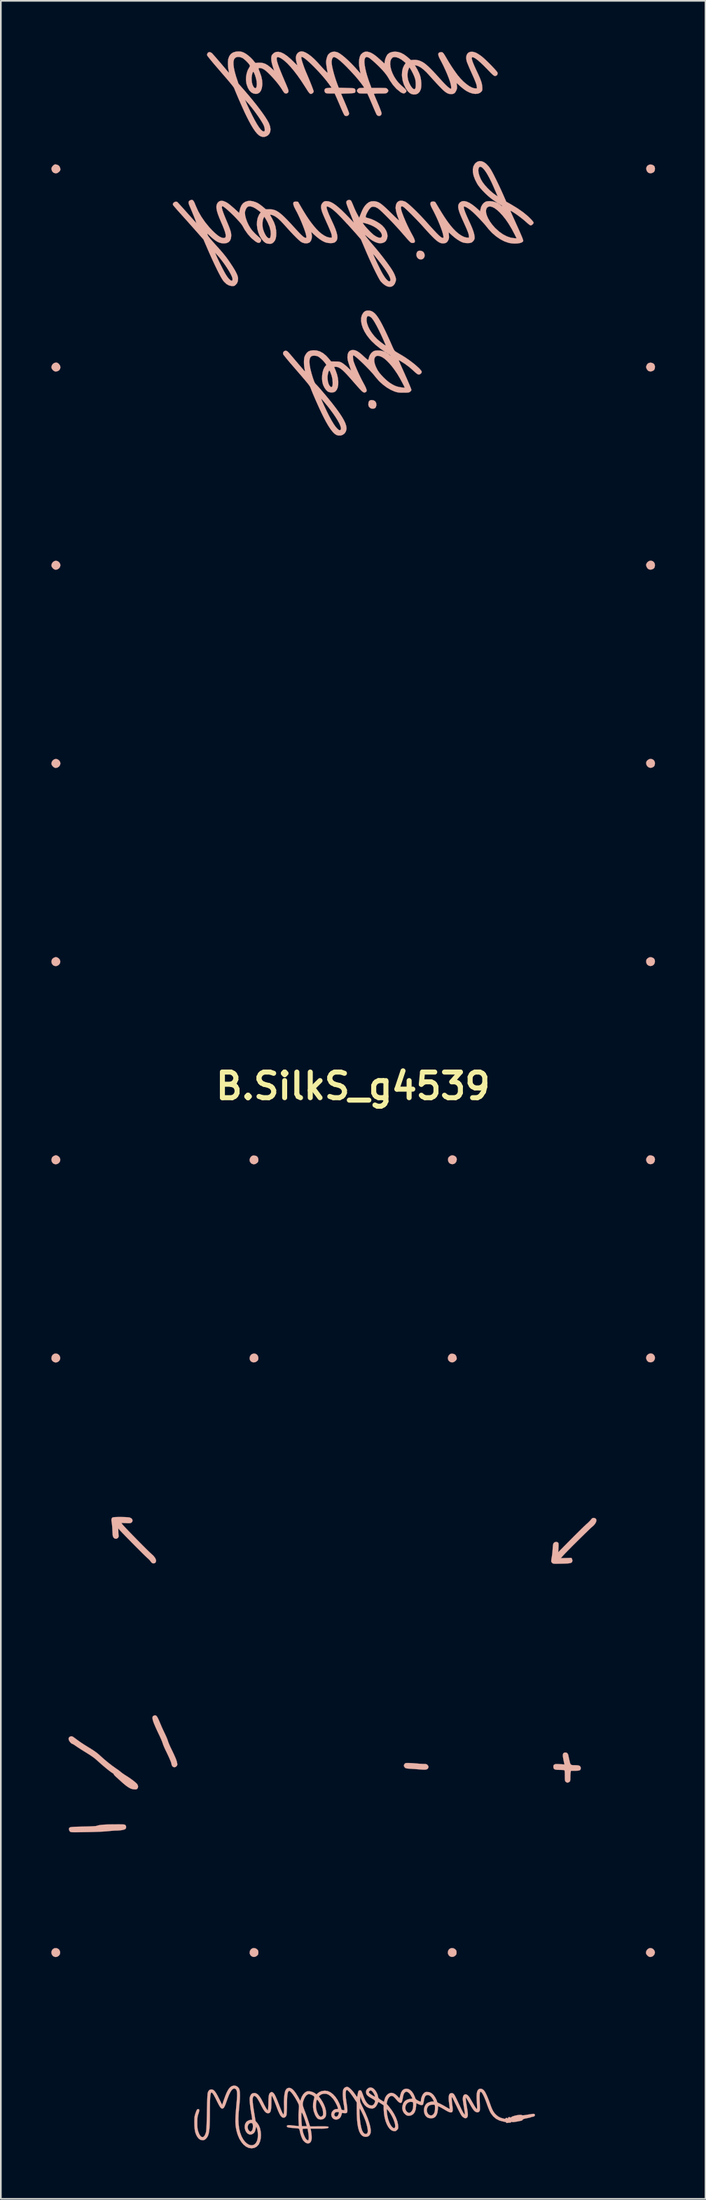
<source format=kicad_pcb>
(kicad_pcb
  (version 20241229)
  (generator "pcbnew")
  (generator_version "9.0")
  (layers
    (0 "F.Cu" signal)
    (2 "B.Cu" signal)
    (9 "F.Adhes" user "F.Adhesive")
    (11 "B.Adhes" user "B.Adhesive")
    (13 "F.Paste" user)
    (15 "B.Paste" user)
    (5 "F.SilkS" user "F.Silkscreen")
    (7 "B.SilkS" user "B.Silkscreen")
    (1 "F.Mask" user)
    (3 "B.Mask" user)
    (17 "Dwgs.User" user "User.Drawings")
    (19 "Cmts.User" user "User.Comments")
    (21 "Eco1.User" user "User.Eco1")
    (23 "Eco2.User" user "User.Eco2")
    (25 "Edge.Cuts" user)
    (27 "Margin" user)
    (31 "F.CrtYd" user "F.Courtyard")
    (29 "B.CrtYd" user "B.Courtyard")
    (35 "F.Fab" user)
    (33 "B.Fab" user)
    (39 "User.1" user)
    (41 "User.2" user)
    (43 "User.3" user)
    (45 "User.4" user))
  (footprint "B.SilkS_g4539"
    (layer "F.Cu")
    (at 17.942 61.539)
    (property "Reference" "B.SilkS_g4539" (at 0 0 0) (layer "F.SilkS") (effects (font (size 1.524 1.524) (thickness 0.3))))
    (attr through_hole)
    (fp_poly (pts (xy 4.102 -49.66) (xy 4.19 -49.6) (xy 4.246 -49.508) (xy 4.263 -49.394) (xy 4.257 -49.341) (xy 4.216 -49.247) (xy 4.144 -49.184) (xy 4.049 -49.158) (xy 3.944 -49.175) (xy 3.924 -49.183) (xy 3.842 -49.246) (xy 3.788 -49.34) (xy 3.77 -49.449) (xy 3.785 -49.543) (xy 3.829 -49.627) (xy 3.899 -49.671) (xy 3.987 -49.682) (xy 4.102 -49.66)) (stroke (width 0.01) (type solid)) (fill yes) (layer "B.SilkS"))
    (fp_poly (pts (xy 6.046 4.153) (xy 6.127 4.217) (xy 6.167 4.304) (xy 6.172 4.366) (xy 6.151 4.48) (xy 6.093 4.569) (xy 6.008 4.627) (xy 5.906 4.646) (xy 5.804 4.624) (xy 5.715 4.563) (xy 5.664 4.469) (xy 5.652 4.377) (xy 5.658 4.296) (xy 5.686 4.239) (xy 5.734 4.189) (xy 5.833 4.128) (xy 5.939 4.118) (xy 6.046 4.153)) (stroke (width 0.01) (type solid)) (fill yes) (layer "B.SilkS"))
    (fp_poly (pts (xy 17.831 -7.632) (xy 17.908 -7.575) (xy 17.948 -7.496) (xy 17.957 -7.399) (xy 17.934 -7.291) (xy 17.874 -7.207) (xy 17.787 -7.155) (xy 17.683 -7.14) (xy 17.59 -7.161) (xy 17.501 -7.223) (xy 17.449 -7.317) (xy 17.437 -7.409) (xy 17.444 -7.49) (xy 17.471 -7.547) (xy 17.52 -7.597) (xy 17.619 -7.657) (xy 17.725 -7.668) (xy 17.831 -7.632)) (stroke (width 0.01) (type solid)) (fill yes) (layer "B.SilkS"))
    (fp_poly (pts (xy -17.589 15.919) (xy -17.5 15.975) (xy -17.455 16.028) (xy -17.412 16.126) (xy -17.413 16.221) (xy -17.448 16.306) (xy -17.51 16.375) (xy -17.59 16.421) (xy -17.681 16.437) (xy -17.775 16.417) (xy -17.858 16.36) (xy -17.909 16.296) (xy -17.93 16.226) (xy -17.932 16.173) (xy -17.912 16.062) (xy -17.857 15.978) (xy -17.777 15.924) (xy -17.685 15.904) (xy -17.589 15.919)) (stroke (width 0.01) (type solid)) (fill yes) (layer "B.SilkS"))
    (fp_poly (pts (xy -17.567 -31.219) (xy -17.481 -31.158) (xy -17.421 -31.071) (xy -17.399 -30.975) (xy -17.422 -30.877) (xy -17.483 -30.791) (xy -17.57 -30.731) (xy -17.666 -30.709) (xy -17.74 -30.719) (xy -17.806 -30.758) (xy -17.846 -30.795) (xy -17.905 -30.865) (xy -17.929 -30.932) (xy -17.932 -30.975) (xy -17.909 -31.074) (xy -17.848 -31.16) (xy -17.762 -31.22) (xy -17.666 -31.242) (xy -17.567 -31.219)) (stroke (width 0.01) (type solid)) (fill yes) (layer "B.SilkS"))
    (fp_poly (pts (xy -17.567 -19.433) (xy -17.481 -19.372) (xy -17.421 -19.286) (xy -17.399 -19.19) (xy -17.422 -19.091) (xy -17.483 -19.005) (xy -17.57 -18.945) (xy -17.666 -18.923) (xy -17.74 -18.934) (xy -17.806 -18.973) (xy -17.846 -19.009) (xy -17.905 -19.08) (xy -17.929 -19.147) (xy -17.932 -19.19) (xy -17.909 -19.288) (xy -17.848 -19.374) (xy -17.762 -19.434) (xy -17.666 -19.456) (xy -17.567 -19.433)) (stroke (width 0.01) (type solid)) (fill yes) (layer "B.SilkS"))
    (fp_poly (pts (xy -17.544 51.297) (xy -17.473 51.361) (xy -17.427 51.445) (xy -17.413 51.54) (xy -17.434 51.634) (xy -17.498 51.719) (xy -17.498 51.719) (xy -17.598 51.78) (xy -17.703 51.793) (xy -17.804 51.759) (xy -17.858 51.716) (xy -17.918 51.626) (xy -17.937 51.524) (xy -17.918 51.425) (xy -17.864 51.339) (xy -17.78 51.28) (xy -17.742 51.268) (xy -17.636 51.263) (xy -17.544 51.297)) (stroke (width 0.01) (type solid)) (fill yes) (layer "B.SilkS"))
    (fp_poly (pts (xy -5.8 15.916) (xy -5.714 15.967) (xy -5.653 16.049) (xy -5.626 16.157) (xy -5.626 16.171) (xy -5.633 16.252) (xy -5.66 16.309) (xy -5.709 16.36) (xy -5.811 16.42) (xy -5.924 16.431) (xy -6.011 16.409) (xy -6.088 16.353) (xy -6.134 16.271) (xy -6.147 16.175) (xy -6.128 16.078) (xy -6.077 15.992) (xy -6.008 15.937) (xy -5.902 15.905) (xy -5.8 15.916)) (stroke (width 0.01) (type solid)) (fill yes) (layer "B.SilkS"))
    (fp_poly (pts (xy -5.797 51.276) (xy -5.709 51.331) (xy -5.656 51.387) (xy -5.632 51.444) (xy -5.626 51.524) (xy -5.632 51.605) (xy -5.656 51.661) (xy -5.709 51.716) (xy -5.807 51.776) (xy -5.913 51.79) (xy -6.007 51.761) (xy -6.093 51.689) (xy -6.14 51.594) (xy -6.146 51.542) (xy -6.127 51.426) (xy -6.072 51.338) (xy -5.993 51.28) (xy -5.898 51.258) (xy -5.797 51.276)) (stroke (width 0.01) (type solid)) (fill yes) (layer "B.SilkS"))
    (fp_poly (pts (xy -5.767 4.147) (xy -5.683 4.205) (xy -5.636 4.298) (xy -5.626 4.384) (xy -5.632 4.465) (xy -5.658 4.522) (xy -5.709 4.574) (xy -5.81 4.636) (xy -5.915 4.651) (xy -6.016 4.618) (xy -6.073 4.574) (xy -6.135 4.48) (xy -6.149 4.377) (xy -6.117 4.272) (xy -6.073 4.21) (xy -6.016 4.156) (xy -5.958 4.133) (xy -5.883 4.128) (xy -5.767 4.147)) (stroke (width 0.01) (type solid)) (fill yes) (layer "B.SilkS"))
    (fp_poly (pts (xy 5.994 51.279) (xy 6.077 51.331) (xy 6.13 51.387) (xy 6.154 51.444) (xy 6.16 51.524) (xy 6.154 51.605) (xy 6.129 51.661) (xy 6.077 51.716) (xy 5.976 51.777) (xy 5.868 51.788) (xy 5.769 51.755) (xy 5.692 51.686) (xy 5.647 51.588) (xy 5.64 51.529) (xy 5.66 51.419) (xy 5.715 51.334) (xy 5.797 51.279) (xy 5.893 51.259) (xy 5.994 51.279)) (stroke (width 0.01) (type solid)) (fill yes) (layer "B.SilkS"))
    (fp_poly (pts (xy 17.789 51.28) (xy 17.875 51.342) (xy 17.936 51.428) (xy 17.958 51.524) (xy 17.935 51.622) (xy 17.873 51.708) (xy 17.787 51.768) (xy 17.691 51.791) (xy 17.617 51.78) (xy 17.551 51.741) (xy 17.511 51.704) (xy 17.452 51.634) (xy 17.427 51.567) (xy 17.424 51.524) (xy 17.448 51.426) (xy 17.509 51.34) (xy 17.595 51.279) (xy 17.691 51.257) (xy 17.789 51.28)) (stroke (width 0.01) (type solid)) (fill yes) (layer "B.SilkS"))
    (fp_poly (pts (xy -17.586 -7.65) (xy -17.504 -7.598) (xy -17.442 -7.527) (xy -17.435 -7.515) (xy -17.406 -7.414) (xy -17.419 -7.32) (xy -17.466 -7.239) (xy -17.537 -7.178) (xy -17.624 -7.142) (xy -17.718 -7.139) (xy -17.81 -7.173) (xy -17.858 -7.212) (xy -17.918 -7.305) (xy -17.933 -7.415) (xy -17.903 -7.529) (xy -17.857 -7.585) (xy -17.782 -7.636) (xy -17.701 -7.667) (xy -17.667 -7.671) (xy -17.586 -7.65)) (stroke (width 0.01) (type solid)) (fill yes) (layer "B.SilkS"))
    (fp_poly (pts (xy -17.586 4.135) (xy -17.504 4.188) (xy -17.442 4.259) (xy -17.435 4.271) (xy -17.406 4.372) (xy -17.419 4.466) (xy -17.466 4.546) (xy -17.537 4.608) (xy -17.624 4.643) (xy -17.718 4.647) (xy -17.81 4.612) (xy -17.858 4.574) (xy -17.918 4.481) (xy -17.933 4.371) (xy -17.903 4.257) (xy -17.857 4.2) (xy -17.782 4.15) (xy -17.701 4.119) (xy -17.667 4.115) (xy -17.586 4.135)) (stroke (width 0.01) (type solid)) (fill yes) (layer "B.SilkS"))
    (fp_poly (pts (xy 1.234 -40.779) (xy 1.324 -40.721) (xy 1.378 -40.63) (xy 1.392 -40.51) (xy 1.389 -40.479) (xy 1.36 -40.376) (xy 1.305 -40.313) (xy 1.216 -40.286) (xy 1.175 -40.284) (xy 1.089 -40.293) (xy 1.025 -40.326) (xy 0.989 -40.359) (xy 0.941 -40.416) (xy 0.919 -40.476) (xy 0.914 -40.559) (xy 0.927 -40.676) (xy 0.968 -40.752) (xy 1.04 -40.791) (xy 1.112 -40.799) (xy 1.234 -40.779)) (stroke (width 0.01) (type solid)) (fill yes) (layer "B.SilkS"))
    (fp_poly (pts (xy 17.811 15.922) (xy 17.884 15.975) (xy 17.943 16.066) (xy 17.96 16.169) (xy 17.937 16.271) (xy 17.876 16.358) (xy 17.831 16.392) (xy 17.722 16.429) (xy 17.608 16.417) (xy 17.583 16.408) (xy 17.532 16.371) (xy 17.481 16.312) (xy 17.474 16.301) (xy 17.436 16.202) (xy 17.44 16.106) (xy 17.478 16.022) (xy 17.543 15.954) (xy 17.625 15.911) (xy 17.717 15.898) (xy 17.811 15.922)) (stroke (width 0.01) (type solid)) (fill yes) (layer "B.SilkS"))
    (fp_poly (pts (xy -17.591 -43.017) (xy -17.525 -42.978) (xy -17.485 -42.941) (xy -17.42 -42.847) (xy -17.399 -42.747) (xy -17.419 -42.652) (xy -17.474 -42.572) (xy -17.561 -42.516) (xy -17.675 -42.494) (xy -17.68 -42.494) (xy -17.755 -42.511) (xy -17.832 -42.567) (xy -17.846 -42.581) (xy -17.905 -42.651) (xy -17.929 -42.718) (xy -17.932 -42.761) (xy -17.909 -42.859) (xy -17.848 -42.945) (xy -17.762 -43.005) (xy -17.666 -43.028) (xy -17.591 -43.017)) (stroke (width 0.01) (type solid)) (fill yes) (layer "B.SilkS"))
    (fp_poly (pts (xy 6.017 15.934) (xy 6.102 15.995) (xy 6.153 16.094) (xy 6.165 16.15) (xy 6.169 16.218) (xy 6.155 16.267) (xy 6.114 16.319) (xy 6.089 16.344) (xy 5.991 16.414) (xy 5.887 16.434) (xy 5.779 16.404) (xy 5.769 16.398) (xy 5.688 16.328) (xy 5.647 16.235) (xy 5.645 16.132) (xy 5.686 16.032) (xy 5.713 15.996) (xy 5.77 15.942) (xy 5.828 15.918) (xy 5.903 15.913) (xy 6.017 15.934)) (stroke (width 0.01) (type solid)) (fill yes) (layer "B.SilkS"))
    (fp_poly (pts (xy 17.719 4.121) (xy 17.726 4.122) (xy 17.839 4.154) (xy 17.916 4.22) (xy 17.953 4.319) (xy 17.957 4.377) (xy 17.935 4.491) (xy 17.876 4.578) (xy 17.789 4.631) (xy 17.682 4.645) (xy 17.583 4.622) (xy 17.532 4.586) (xy 17.481 4.526) (xy 17.474 4.516) (xy 17.434 4.41) (xy 17.444 4.306) (xy 17.502 4.209) (xy 17.529 4.182) (xy 17.587 4.136) (xy 17.642 4.119) (xy 17.719 4.121)) (stroke (width 0.01) (type solid)) (fill yes) (layer "B.SilkS"))
    (fp_poly (pts (xy 17.728 -43.02) (xy 17.841 -42.987) (xy 17.917 -42.92) (xy 17.954 -42.82) (xy 17.958 -42.771) (xy 17.946 -42.662) (xy 17.905 -42.586) (xy 17.831 -42.533) (xy 17.72 -42.497) (xy 17.612 -42.512) (xy 17.577 -42.527) (xy 17.525 -42.57) (xy 17.475 -42.637) (xy 17.467 -42.653) (xy 17.438 -42.725) (xy 17.436 -42.786) (xy 17.45 -42.837) (xy 17.505 -42.941) (xy 17.589 -43.003) (xy 17.698 -43.022) (xy 17.728 -43.02)) (stroke (width 0.01) (type solid)) (fill yes) (layer "B.SilkS"))
    (fp_poly (pts (xy 17.806 -31.224) (xy 17.886 -31.169) (xy 17.94 -31.086) (xy 17.958 -30.988) (xy 17.946 -30.879) (xy 17.907 -30.803) (xy 17.834 -30.748) (xy 17.831 -30.747) (xy 17.72 -30.712) (xy 17.612 -30.726) (xy 17.577 -30.741) (xy 17.514 -30.794) (xy 17.464 -30.876) (xy 17.435 -30.964) (xy 17.436 -31.03) (xy 17.465 -31.092) (xy 17.515 -31.158) (xy 17.525 -31.169) (xy 17.615 -31.229) (xy 17.713 -31.245) (xy 17.806 -31.224)) (stroke (width 0.01) (type solid)) (fill yes) (layer "B.SilkS"))
    (fp_poly (pts (xy 17.822 -19.43) (xy 17.898 -19.37) (xy 17.947 -19.281) (xy 17.958 -19.203) (xy 17.946 -19.093) (xy 17.907 -19.018) (xy 17.834 -18.963) (xy 17.831 -18.961) (xy 17.727 -18.927) (xy 17.628 -18.939) (xy 17.56 -18.972) (xy 17.487 -19.043) (xy 17.443 -19.139) (xy 17.435 -19.241) (xy 17.439 -19.263) (xy 17.469 -19.324) (xy 17.522 -19.386) (xy 17.531 -19.393) (xy 17.627 -19.447) (xy 17.728 -19.457) (xy 17.822 -19.43)) (stroke (width 0.01) (type solid)) (fill yes) (layer "B.SilkS"))
    (fp_poly (pts (xy 17.755 -54.801) (xy 17.848 -54.766) (xy 17.918 -54.708) (xy 17.932 -54.688) (xy 17.95 -54.629) (xy 17.958 -54.553) (xy 17.958 -54.547) (xy 17.944 -54.439) (xy 17.897 -54.364) (xy 17.831 -54.318) (xy 17.72 -54.283) (xy 17.612 -54.297) (xy 17.577 -54.312) (xy 17.525 -54.355) (xy 17.475 -54.422) (xy 17.467 -54.439) (xy 17.438 -54.547) (xy 17.455 -54.649) (xy 17.511 -54.733) (xy 17.602 -54.79) (xy 17.659 -54.804) (xy 17.755 -54.801)) (stroke (width 0.01) (type solid)) (fill yes) (layer "B.SilkS"))
    (fp_poly (pts (xy -17.648 -54.806) (xy -17.534 -54.768) (xy -17.454 -54.693) (xy -17.41 -54.584) (xy -17.407 -54.564) (xy -17.402 -54.496) (xy -17.416 -54.447) (xy -17.458 -54.394) (xy -17.482 -54.369) (xy -17.581 -54.299) (xy -17.684 -54.279) (xy -17.792 -54.31) (xy -17.803 -54.315) (xy -17.88 -54.386) (xy -17.924 -54.488) (xy -17.931 -54.555) (xy -17.92 -54.626) (xy -17.877 -54.693) (xy -17.843 -54.73) (xy -17.784 -54.784) (xy -17.736 -54.808) (xy -17.678 -54.809) (xy -17.648 -54.806)) (stroke (width 0.01) (type solid)) (fill yes) (layer "B.SilkS"))
    (fp_poly (pts (xy 3.343 40.255) (xy 3.483 40.261) (xy 3.642 40.272) (xy 3.786 40.284) (xy 3.797 40.285) (xy 3.927 40.297) (xy 4.064 40.305) (xy 4.18 40.309) (xy 4.199 40.309) (xy 4.296 40.312) (xy 4.359 40.323) (xy 4.404 40.346) (xy 4.433 40.372) (xy 4.486 40.448) (xy 4.488 40.522) (xy 4.451 40.587) (xy 4.41 40.622) (xy 4.348 40.644) (xy 4.259 40.652) (xy 4.134 40.649) (xy 4.013 40.64) (xy 3.899 40.631) (xy 3.754 40.62) (xy 3.598 40.609) (xy 3.468 40.601) (xy 3.331 40.592) (xy 3.234 40.583) (xy 3.169 40.571) (xy 3.126 40.556) (xy 3.094 40.535) (xy 3.081 40.523) (xy 3.031 40.448) (xy 3.032 40.373) (xy 3.07 40.308) (xy 3.097 40.28) (xy 3.129 40.263) (xy 3.18 40.255) (xy 3.26 40.254) (xy 3.343 40.255)) (stroke (width 0.01) (type solid)) (fill yes) (layer "B.SilkS"))
    (fp_poly (pts (xy -11.705 37.44) (xy -11.66 37.488) (xy -11.611 37.568) (xy -11.555 37.685) (xy -11.487 37.843) (xy -11.447 37.938) (xy -11.384 38.086) (xy -11.309 38.254) (xy -11.233 38.415) (xy -11.192 38.499) (xy -11.133 38.624) (xy -11.078 38.749) (xy -11.034 38.859) (xy -11.011 38.927) (xy -10.983 39.012) (xy -10.938 39.126) (xy -10.882 39.253) (xy -10.833 39.357) (xy -10.729 39.573) (xy -10.646 39.749) (xy -10.582 39.891) (xy -10.534 40.006) (xy -10.499 40.1) (xy -10.475 40.177) (xy -10.465 40.222) (xy -10.449 40.307) (xy -10.448 40.361) (xy -10.463 40.403) (xy -10.484 40.434) (xy -10.553 40.494) (xy -10.632 40.51) (xy -10.707 40.481) (xy -10.741 40.447) (xy -10.779 40.381) (xy -10.795 40.316) (xy -10.795 40.315) (xy -10.807 40.255) (xy -10.843 40.154) (xy -10.902 40.012) (xy -10.983 39.833) (xy -11.085 39.618) (xy -11.138 39.51) (xy -11.197 39.384) (xy -11.251 39.259) (xy -11.294 39.15) (xy -11.317 39.082) (xy -11.343 39.006) (xy -11.387 38.897) (xy -11.443 38.767) (xy -11.506 38.629) (xy -11.533 38.574) (xy -11.654 38.319) (xy -11.751 38.105) (xy -11.825 37.93) (xy -11.878 37.789) (xy -11.91 37.68) (xy -11.923 37.601) (xy -11.923 37.593) (xy -11.921 37.519) (xy -11.903 37.477) (xy -11.862 37.449) (xy -11.853 37.444) (xy -11.798 37.423) (xy -11.75 37.42) (xy -11.705 37.44)) (stroke (width 0.01) (type solid)) (fill yes) (layer "B.SilkS"))
    (fp_poly (pts (xy -13.862 43.904) (xy -13.748 43.906) (xy -13.665 43.91) (xy -13.609 43.916) (xy -13.571 43.924) (xy -13.547 43.935) (xy -13.533 43.947) (xy -13.496 44.014) (xy -13.491 44.094) (xy -13.519 44.164) (xy -13.532 44.177) (xy -13.593 44.209) (xy -13.694 44.237) (xy -13.824 44.258) (xy -13.972 44.27) (xy -14.07 44.273) (xy -14.173 44.276) (xy -14.308 44.285) (xy -14.457 44.298) (xy -14.592 44.312) (xy -14.711 44.322) (xy -14.873 44.333) (xy -15.071 44.343) (xy -15.298 44.351) (xy -15.545 44.359) (xy -15.806 44.365) (xy -15.852 44.365) (xy -16.094 44.369) (xy -16.29 44.372) (xy -16.445 44.374) (xy -16.565 44.374) (xy -16.655 44.373) (xy -16.72 44.37) (xy -16.764 44.364) (xy -16.794 44.356) (xy -16.814 44.346) (xy -16.83 44.333) (xy -16.836 44.327) (xy -16.877 44.262) (xy -16.891 44.2) (xy -16.889 44.159) (xy -16.882 44.127) (xy -16.862 44.101) (xy -16.826 44.082) (xy -16.768 44.067) (xy -16.683 44.057) (xy -16.565 44.049) (xy -16.411 44.044) (xy -16.214 44.039) (xy -16.065 44.036) (xy -15.874 44.032) (xy -15.697 44.026) (xy -15.54 44.02) (xy -15.412 44.013) (xy -15.32 44.006) (xy -15.27 43.999) (xy -15.265 43.998) (xy -15.174 43.969) (xy -15.059 43.946) (xy -14.913 43.929) (xy -14.733 43.916) (xy -14.514 43.909) (xy -14.249 43.905) (xy -14.212 43.905) (xy -14.015 43.904) (xy -13.862 43.904)) (stroke (width 0.01) (type solid)) (fill yes) (layer "B.SilkS"))
    (fp_poly (pts (xy 12.751 39.676) (xy 12.798 39.76) (xy 12.808 39.802) (xy 12.824 39.881) (xy 12.847 39.989) (xy 12.874 40.106) (xy 12.881 40.136) (xy 12.907 40.242) (xy 12.933 40.313) (xy 12.968 40.355) (xy 13.023 40.377) (xy 13.108 40.384) (xy 13.233 40.386) (xy 13.237 40.386) (xy 13.373 40.393) (xy 13.466 40.418) (xy 13.521 40.463) (xy 13.545 40.531) (xy 13.547 40.563) (xy 13.539 40.626) (xy 13.512 40.669) (xy 13.459 40.697) (xy 13.37 40.711) (xy 13.241 40.716) (xy 13.206 40.716) (xy 12.961 40.716) (xy 12.945 40.811) (xy 12.937 40.884) (xy 12.931 40.986) (xy 12.929 41.098) (xy 12.928 41.11) (xy 12.926 41.224) (xy 12.919 41.298) (xy 12.902 41.345) (xy 12.871 41.377) (xy 12.835 41.398) (xy 12.777 41.423) (xy 12.731 41.419) (xy 12.687 41.397) (xy 12.652 41.374) (xy 12.627 41.345) (xy 12.612 41.303) (xy 12.603 41.236) (xy 12.6 41.137) (xy 12.599 41.005) (xy 12.598 40.871) (xy 12.594 40.781) (xy 12.586 40.724) (xy 12.574 40.693) (xy 12.558 40.681) (xy 12.516 40.674) (xy 12.437 40.669) (xy 12.335 40.665) (xy 12.285 40.665) (xy 12.141 40.661) (xy 12.04 40.648) (xy 11.975 40.623) (xy 11.937 40.581) (xy 11.92 40.519) (xy 11.918 40.495) (xy 11.918 40.422) (xy 11.937 40.377) (xy 11.973 40.348) (xy 12.01 40.329) (xy 12.057 40.319) (xy 12.126 40.316) (xy 12.228 40.319) (xy 12.309 40.324) (xy 12.581 40.343) (xy 12.564 40.282) (xy 12.552 40.229) (xy 12.534 40.143) (xy 12.512 40.038) (xy 12.505 40) (xy 12.483 39.859) (xy 12.481 39.758) (xy 12.502 39.69) (xy 12.546 39.649) (xy 12.589 39.633) (xy 12.68 39.632) (xy 12.751 39.676)) (stroke (width 0.01) (type solid)) (fill yes) (layer "B.SilkS"))
    (fp_poly (pts (xy 14.403 25.698) (xy 14.458 25.748) (xy 14.477 25.824) (xy 14.457 25.919) (xy 14.402 26.022) (xy 14.34 26.1) (xy 14.271 26.168) (xy 14.243 26.19) (xy 14.206 26.222) (xy 14.137 26.284) (xy 14.042 26.374) (xy 13.926 26.487) (xy 13.791 26.617) (xy 13.645 26.761) (xy 13.489 26.913) (xy 13.331 27.07) (xy 13.173 27.227) (xy 13.021 27.378) (xy 12.88 27.521) (xy 12.753 27.65) (xy 12.645 27.76) (xy 12.562 27.847) (xy 12.514 27.899) (xy 12.359 28.074) (xy 12.99 28.054) (xy 13.027 28.12) (xy 13.051 28.205) (xy 13.046 28.252) (xy 13.03 28.296) (xy 13.003 28.33) (xy 12.957 28.355) (xy 12.888 28.373) (xy 12.788 28.386) (xy 12.652 28.394) (xy 12.474 28.4) (xy 12.395 28.401) (xy 12.225 28.404) (xy 12.098 28.406) (xy 12.007 28.405) (xy 11.944 28.401) (xy 11.902 28.393) (xy 11.875 28.381) (xy 11.853 28.364) (xy 11.843 28.354) (xy 11.813 28.322) (xy 11.796 28.289) (xy 11.79 28.245) (xy 11.794 28.178) (xy 11.809 28.08) (xy 11.825 27.991) (xy 11.844 27.865) (xy 11.861 27.714) (xy 11.873 27.564) (xy 11.876 27.509) (xy 11.887 27.353) (xy 11.905 27.244) (xy 11.926 27.186) (xy 11.986 27.131) (xy 12.063 27.107) (xy 12.141 27.115) (xy 12.202 27.154) (xy 12.215 27.174) (xy 12.224 27.219) (xy 12.227 27.302) (xy 12.224 27.411) (xy 12.221 27.471) (xy 12.203 27.724) (xy 12.953 26.965) (xy 13.121 26.795) (xy 13.286 26.631) (xy 13.442 26.477) (xy 13.583 26.337) (xy 13.706 26.218) (xy 13.805 26.124) (xy 13.875 26.059) (xy 13.891 26.045) (xy 13.983 25.962) (xy 14.069 25.877) (xy 14.135 25.805) (xy 14.153 25.781) (xy 14.208 25.717) (xy 14.256 25.687) (xy 14.313 25.679) (xy 14.403 25.698)) (stroke (width 0.01) (type solid)) (fill yes) (layer "B.SilkS"))
    (fp_poly (pts (xy -16.662 38.69) (xy -16.586 38.742) (xy -16.425 38.862) (xy -16.281 38.966) (xy -16.14 39.063) (xy -15.988 39.162) (xy -15.813 39.271) (xy -15.693 39.345) (xy -15.513 39.456) (xy -15.367 39.553) (xy -15.244 39.642) (xy -15.132 39.733) (xy -15.021 39.833) (xy -14.999 39.853) (xy -14.798 40.034) (xy -14.571 40.223) (xy -14.336 40.405) (xy -14.11 40.568) (xy -14.047 40.61) (xy -13.955 40.674) (xy -13.869 40.739) (xy -13.807 40.79) (xy -13.805 40.792) (xy -13.752 40.835) (xy -13.668 40.895) (xy -13.566 40.964) (xy -13.475 41.021) (xy -13.317 41.124) (xy -13.168 41.228) (xy -13.035 41.328) (xy -12.926 41.418) (xy -12.849 41.493) (xy -12.818 41.533) (xy -12.781 41.63) (xy -12.788 41.72) (xy -12.827 41.783) (xy -12.859 41.81) (xy -12.897 41.824) (xy -12.952 41.827) (xy -13.037 41.819) (xy -13.106 41.811) (xy -13.216 41.778) (xy -13.351 41.705) (xy -13.506 41.597) (xy -13.678 41.454) (xy -13.733 41.405) (xy -13.836 41.311) (xy -13.947 41.21) (xy -14.047 41.121) (xy -14.069 41.101) (xy -14.142 41.033) (xy -14.196 40.975) (xy -14.223 40.936) (xy -14.224 40.93) (xy -14.244 40.893) (xy -14.281 40.865) (xy -14.349 40.823) (xy -14.447 40.752) (xy -14.566 40.66) (xy -14.699 40.553) (xy -14.837 40.438) (xy -14.973 40.321) (xy -15.099 40.209) (xy -15.127 40.183) (xy -15.247 40.074) (xy -15.361 39.979) (xy -15.481 39.889) (xy -15.618 39.795) (xy -15.782 39.69) (xy -15.866 39.638) (xy -16.016 39.546) (xy -16.162 39.454) (xy -16.295 39.368) (xy -16.406 39.295) (xy -16.484 39.241) (xy -16.488 39.238) (xy -16.571 39.181) (xy -16.642 39.138) (xy -16.689 39.117) (xy -16.696 39.116) (xy -16.733 39.098) (xy -16.787 39.051) (xy -16.826 39.01) (xy -16.892 38.91) (xy -16.915 38.819) (xy -16.897 38.744) (xy -16.838 38.69) (xy -16.777 38.67) (xy -16.72 38.668) (xy -16.662 38.69)) (stroke (width 0.01) (type solid)) (fill yes) (layer "B.SilkS"))
    (fp_poly (pts (xy -13.765 25.626) (xy -13.62 25.629) (xy -13.487 25.634) (xy -13.376 25.642) (xy -13.296 25.652) (xy -13.279 25.656) (xy -13.188 25.698) (xy -13.13 25.76) (xy -13.108 25.833) (xy -13.127 25.906) (xy -13.168 25.953) (xy -13.201 25.975) (xy -13.242 25.988) (xy -13.301 25.994) (xy -13.389 25.994) (xy -13.503 25.989) (xy -13.775 25.977) (xy -13.715 26.062) (xy -13.68 26.104) (xy -13.614 26.176) (xy -13.521 26.275) (xy -13.406 26.396) (xy -13.273 26.534) (xy -13.128 26.684) (xy -12.974 26.841) (xy -12.817 27.002) (xy -12.66 27.16) (xy -12.509 27.312) (xy -12.369 27.452) (xy -12.243 27.577) (xy -12.136 27.681) (xy -12.054 27.759) (xy -12.001 27.807) (xy -11.999 27.808) (xy -11.86 27.939) (xy -11.765 28.062) (xy -11.716 28.175) (xy -11.709 28.228) (xy -11.73 28.314) (xy -11.785 28.369) (xy -11.864 28.386) (xy -11.928 28.372) (xy -11.976 28.337) (xy -12.027 28.277) (xy -12.037 28.262) (xy -12.084 28.201) (xy -12.157 28.126) (xy -12.237 28.055) (xy -12.282 28.013) (xy -12.359 27.941) (xy -12.46 27.841) (xy -12.583 27.72) (xy -12.721 27.582) (xy -12.87 27.433) (xy -13.025 27.276) (xy -13.182 27.118) (xy -13.335 26.962) (xy -13.479 26.814) (xy -13.61 26.679) (xy -13.723 26.562) (xy -13.812 26.467) (xy -13.874 26.4) (xy -13.894 26.377) (xy -13.958 26.3) (xy -13.954 26.495) (xy -13.95 26.596) (xy -13.943 26.682) (xy -13.935 26.736) (xy -13.934 26.74) (xy -13.939 26.801) (xy -13.971 26.857) (xy -14.04 26.911) (xy -14.116 26.922) (xy -14.19 26.895) (xy -14.25 26.834) (xy -14.285 26.743) (xy -14.286 26.735) (xy -14.292 26.679) (xy -14.298 26.585) (xy -14.305 26.468) (xy -14.31 26.365) (xy -14.318 26.232) (xy -14.329 26.103) (xy -14.342 25.995) (xy -14.352 25.938) (xy -14.369 25.812) (xy -14.357 25.722) (xy -14.314 25.663) (xy -14.294 25.651) (xy -14.248 25.64) (xy -14.162 25.633) (xy -14.046 25.628) (xy -13.91 25.625) (xy -13.765 25.626)) (stroke (width 0.01) (type solid)) (fill yes) (layer "B.SilkS"))
    (fp_poly (pts (xy 0.982 -46.118) (xy 1.089 -46.091) (xy 1.193 -46.038) (xy 1.296 -45.953) (xy 1.401 -45.836) (xy 1.51 -45.681) (xy 1.627 -45.488) (xy 1.754 -45.252) (xy 1.892 -44.973) (xy 1.976 -44.796) (xy 2.066 -44.604) (xy 2.154 -44.412) (xy 2.233 -44.237) (xy 2.288 -44.11) (xy 2.351 -43.966) (xy 2.399 -43.862) (xy 2.437 -43.789) (xy 2.47 -43.739) (xy 2.503 -43.704) (xy 2.541 -43.676) (xy 2.553 -43.669) (xy 2.615 -43.632) (xy 2.709 -43.576) (xy 2.819 -43.51) (xy 2.925 -43.448) (xy 3.096 -43.342) (xy 3.269 -43.225) (xy 3.438 -43.103) (xy 3.599 -42.979) (xy 3.746 -42.858) (xy 3.873 -42.745) (xy 3.976 -42.644) (xy 4.048 -42.559) (xy 4.086 -42.495) (xy 4.089 -42.475) (xy 4.067 -42.403) (xy 4.008 -42.346) (xy 3.929 -42.317) (xy 3.911 -42.316) (xy 3.872 -42.323) (xy 3.825 -42.346) (xy 3.765 -42.39) (xy 3.683 -42.461) (xy 3.58 -42.556) (xy 3.344 -42.763) (xy 3.085 -42.954) (xy 2.813 -43.127) (xy 2.756 -43.158) (xy 2.722 -43.169) (xy 2.718 -43.166) (xy 2.728 -43.139) (xy 2.757 -43.072) (xy 2.802 -42.969) (xy 2.861 -42.835) (xy 2.931 -42.676) (xy 3.012 -42.497) (xy 3.099 -42.303) (xy 3.1 -42.299) (xy 3.188 -42.104) (xy 3.268 -41.921) (xy 3.338 -41.757) (xy 3.396 -41.617) (xy 3.44 -41.507) (xy 3.467 -41.432) (xy 3.475 -41.397) (xy 3.45 -41.346) (xy 3.4 -41.294) (xy 3.395 -41.29) (xy 3.36 -41.268) (xy 3.319 -41.253) (xy 3.262 -41.243) (xy 3.179 -41.239) (xy 3.059 -41.237) (xy 3.002 -41.237) (xy 2.859 -41.238) (xy 2.751 -41.243) (xy 2.665 -41.254) (xy 2.583 -41.273) (xy 2.492 -41.301) (xy 2.475 -41.307) (xy 2.243 -41.408) (xy 2.006 -41.549) (xy 1.774 -41.723) (xy 1.557 -41.921) (xy 1.366 -42.137) (xy 1.328 -42.186) (xy 1.246 -42.289) (xy 1.142 -42.409) (xy 1.022 -42.542) (xy 0.889 -42.681) (xy 0.75 -42.823) (xy 0.61 -42.962) (xy 0.473 -43.093) (xy 0.455 -43.11) (xy 1.267 -43.11) (xy 1.297 -42.956) (xy 1.358 -42.785) (xy 1.449 -42.602) (xy 1.477 -42.554) (xy 1.566 -42.426) (xy 1.686 -42.283) (xy 1.826 -42.136) (xy 1.973 -41.997) (xy 2.116 -41.878) (xy 2.193 -41.823) (xy 2.338 -41.731) (xy 2.467 -41.663) (xy 2.592 -41.613) (xy 2.729 -41.577) (xy 2.892 -41.55) (xy 3.042 -41.532) (xy 3.071 -41.538) (xy 3.073 -41.542) (xy 3.062 -41.574) (xy 3.03 -41.641) (xy 2.982 -41.736) (xy 2.923 -41.85) (xy 2.856 -41.974) (xy 2.787 -42.1) (xy 2.786 -42.1) (xy 2.64 -42.347) (xy 2.483 -42.58) (xy 2.321 -42.796) (xy 2.158 -42.987) (xy 2.001 -43.148) (xy 1.852 -43.274) (xy 1.721 -43.357) (xy 1.58 -43.415) (xy 1.467 -43.432) (xy 1.378 -43.409) (xy 1.31 -43.345) (xy 1.307 -43.339) (xy 1.27 -43.24) (xy 1.267 -43.11) (xy 0.455 -43.11) (xy 0.345 -43.212) (xy 0.23 -43.312) (xy 0.135 -43.391) (xy 0.063 -43.441) (xy 0.021 -43.459) (xy 0.021 -43.459) (xy 0.006 -43.437) (xy 0.000226 -43.378) (xy 0.003 -43.296) (xy 0.013 -43.205) (xy 0.031 -43.119) (xy 0.041 -43.086) (xy 0.092 -42.946) (xy 0.162 -42.773) (xy 0.247 -42.579) (xy 0.339 -42.375) (xy 0.435 -42.174) (xy 0.528 -41.987) (xy 0.612 -41.83) (xy 0.702 -41.663) (xy 0.764 -41.533) (xy 0.801 -41.434) (xy 0.814 -41.363) (xy 0.803 -41.313) (xy 0.771 -41.28) (xy 0.764 -41.276) (xy 0.727 -41.257) (xy 0.694 -41.246) (xy 0.66 -41.246) (xy 0.622 -41.259) (xy 0.575 -41.288) (xy 0.518 -41.338) (xy 0.445 -41.41) (xy 0.353 -41.509) (xy 0.239 -41.636) (xy 0.099 -41.796) (xy -0.062 -41.98) (xy -0.244 -42.187) (xy -0.399 -42.356) (xy -0.532 -42.492) (xy -0.646 -42.596) (xy -0.745 -42.673) (xy -0.833 -42.726) (xy -0.914 -42.758) (xy -0.992 -42.772) (xy -1.028 -42.774) (xy -1.087 -42.772) (xy -1.117 -42.767) (xy -1.118 -42.766) (xy -1.108 -42.742) (xy -1.084 -42.681) (xy -1.048 -42.595) (xy -1.029 -42.55) (xy -0.95 -42.329) (xy -0.898 -42.111) (xy -0.874 -41.904) (xy -0.877 -41.714) (xy -0.907 -41.547) (xy -0.965 -41.41) (xy -1.049 -41.309) (xy -1.055 -41.304) (xy -1.144 -41.262) (xy -1.257 -41.247) (xy -1.376 -41.258) (xy -1.481 -41.295) (xy -1.501 -41.307) (xy -1.599 -41.396) (xy -1.69 -41.523) (xy -1.766 -41.674) (xy -1.792 -41.747) (xy -1.828 -41.907) (xy -1.84 -42.068) (xy -1.512 -42.068) (xy -1.493 -41.916) (xy -1.456 -41.778) (xy -1.404 -41.667) (xy -1.339 -41.593) (xy -1.337 -41.592) (xy -1.293 -41.568) (xy -1.26 -41.58) (xy -1.245 -41.594) (xy -1.224 -41.631) (xy -1.212 -41.697) (xy -1.208 -41.801) (xy -1.208 -41.841) (xy -1.224 -42.05) (xy -1.272 -42.256) (xy -1.347 -42.459) (xy -1.38 -42.526) (xy -1.407 -42.553) (xy -1.432 -42.536) (xy -1.458 -42.474) (xy -1.488 -42.368) (xy -1.511 -42.222) (xy -1.512 -42.068) (xy -1.84 -42.068) (xy -1.841 -42.086) (xy -1.833 -42.272) (xy -1.805 -42.452) (xy -1.758 -42.615) (xy -1.695 -42.748) (xy -1.653 -42.805) (xy -1.58 -42.887) (xy -1.651 -42.989) (xy -1.725 -43.083) (xy -1.819 -43.182) (xy -1.921 -43.275) (xy -2.017 -43.351) (xy -2.096 -43.398) (xy -2.099 -43.399) (xy -2.202 -43.428) (xy -2.314 -43.437) (xy -2.414 -43.427) (xy -2.461 -43.41) (xy -2.533 -43.343) (xy -2.576 -43.234) (xy -2.59 -43.084) (xy -2.577 -42.891) (xy -2.535 -42.657) (xy -2.465 -42.382) (xy -2.387 -42.127) (xy -2.34 -41.989) (xy -2.301 -41.89) (xy -2.265 -41.818) (xy -2.227 -41.764) (xy -2.195 -41.731) (xy -2.135 -41.669) (xy -2.048 -41.574) (xy -1.942 -41.453) (xy -1.821 -41.312) (xy -1.691 -41.159) (xy -1.558 -41) (xy -1.428 -40.843) (xy -1.306 -40.693) (xy -1.199 -40.558) (xy -1.194 -40.551) (xy -0.978 -40.268) (xy -0.798 -40.017) (xy -0.653 -39.796) (xy -0.54 -39.601) (xy -0.459 -39.43) (xy -0.408 -39.281) (xy -0.386 -39.15) (xy -0.387 -39.066) (xy -0.423 -38.929) (xy -0.496 -38.817) (xy -0.599 -38.736) (xy -0.723 -38.691) (xy -0.859 -38.687) (xy -0.982 -38.721) (xy -1.089 -38.789) (xy -1.206 -38.904) (xy -1.333 -39.066) (xy -1.471 -39.276) (xy -1.62 -39.535) (xy -1.78 -39.843) (xy -1.803 -39.891) (xy -1.893 -40.076) (xy -1.991 -40.286) (xy -2.093 -40.511) (xy -2.195 -40.739) (xy -2.251 -40.866) (xy -1.887 -40.866) (xy -1.878 -40.834) (xy -1.853 -40.77) (xy -1.809 -40.671) (xy -1.747 -40.532) (xy -1.709 -40.45) (xy -1.553 -40.118) (xy -1.407 -39.827) (xy -1.271 -39.579) (xy -1.147 -39.374) (xy -1.035 -39.214) (xy -0.936 -39.102) (xy -0.926 -39.093) (xy -0.86 -39.035) (xy -0.816 -39.008) (xy -0.781 -39.007) (xy -0.759 -39.016) (xy -0.724 -39.044) (xy -0.714 -39.089) (xy -0.718 -39.144) (xy -0.75 -39.261) (xy -0.814 -39.41) (xy -0.91 -39.586) (xy -1.034 -39.785) (xy -1.183 -40.004) (xy -1.356 -40.238) (xy -1.548 -40.484) (xy -1.758 -40.736) (xy -1.828 -40.818) (xy -1.861 -40.854) (xy -1.881 -40.872) (xy -1.887 -40.866) (xy -2.251 -40.866) (xy -2.292 -40.961) (xy -2.38 -41.167) (xy -2.454 -41.347) (xy -2.507 -41.483) (xy -2.52 -41.519) (xy -2.534 -41.553) (xy -2.55 -41.586) (xy -2.571 -41.622) (xy -2.599 -41.665) (xy -2.638 -41.718) (xy -2.689 -41.784) (xy -2.756 -41.865) (xy -2.84 -41.966) (xy -2.945 -42.089) (xy -3.072 -42.238) (xy -3.225 -42.416) (xy -3.407 -42.626) (xy -3.618 -42.871) (xy -3.619 -42.872) (xy -3.747 -43.021) (xy -3.865 -43.161) (xy -3.968 -43.285) (xy -4.052 -43.389) (xy -4.113 -43.467) (xy -4.147 -43.514) (xy -4.151 -43.522) (xy -4.159 -43.602) (xy -4.128 -43.671) (xy -4.069 -43.718) (xy -3.995 -43.734) (xy -3.929 -43.714) (xy -3.885 -43.68) (xy -3.823 -43.619) (xy -3.755 -43.544) (xy -3.752 -43.54) (xy -3.548 -43.3) (xy -3.376 -43.097) (xy -3.232 -42.929) (xy -3.115 -42.792) (xy -3.023 -42.684) (xy -2.953 -42.604) (xy -2.903 -42.548) (xy -2.872 -42.514) (xy -2.858 -42.501) (xy -2.856 -42.5) (xy -2.858 -42.526) (xy -2.867 -42.59) (xy -2.883 -42.678) (xy -2.887 -42.697) (xy -2.908 -42.848) (xy -2.916 -43.019) (xy -2.915 -43.117) (xy -2.908 -43.237) (xy -2.895 -43.325) (xy -2.872 -43.399) (xy -2.835 -43.475) (xy -2.831 -43.482) (xy -2.749 -43.604) (xy -2.654 -43.687) (xy -2.534 -43.736) (xy -2.378 -43.758) (xy -2.375 -43.759) (xy -2.168 -43.749) (xy -1.969 -43.691) (xy -1.777 -43.585) (xy -1.591 -43.43) (xy -1.449 -43.274) (xy -1.3 -43.094) (xy -1.05 -43.092) (xy -0.928 -43.09) (xy -0.842 -43.083) (xy -0.774 -43.068) (xy -0.711 -43.043) (xy -0.665 -43.02) (xy -0.589 -42.971) (xy -0.492 -42.898) (xy -0.389 -42.811) (xy -0.319 -42.747) (xy -0.11 -42.546) (xy -0.22 -42.869) (xy -0.271 -43.027) (xy -0.305 -43.15) (xy -0.323 -43.25) (xy -0.33 -43.34) (xy -0.33 -43.354) (xy -0.315 -43.517) (xy -0.269 -43.64) (xy -0.193 -43.723) (xy -0.085 -43.767) (xy -0.003 -43.774) (xy 0.093 -43.765) (xy 0.189 -43.735) (xy 0.291 -43.682) (xy 0.406 -43.6) (xy 0.543 -43.485) (xy 0.622 -43.412) (xy 0.73 -43.313) (xy 0.806 -43.246) (xy 0.857 -43.205) (xy 0.889 -43.188) (xy 0.907 -43.19) (xy 0.917 -43.208) (xy 0.918 -43.211) (xy 0.935 -43.272) (xy 0.957 -43.354) (xy 0.963 -43.377) (xy 1.017 -43.497) (xy 1.077 -43.574) (xy 2.032 -43.574) (xy 2.045 -43.561) (xy 2.049 -43.565) (xy 2.07 -43.565) (xy 2.146 -43.5) (xy 2.201 -43.454) (xy 2.227 -43.436) (xy 2.235 -43.441) (xy 2.235 -43.445) (xy 2.216 -43.465) (xy 2.169 -43.5) (xy 2.153 -43.511) (xy 2.07 -43.565) (xy 2.049 -43.565) (xy 2.057 -43.574) (xy 2.045 -43.586) (xy 2.032 -43.574) (xy 1.077 -43.574) (xy 1.105 -43.61) (xy 1.129 -43.63) (xy 1.96 -43.63) (xy 1.966 -43.616) (xy 1.992 -43.588) (xy 2.006 -43.594) (xy 2.007 -43.598) (xy 1.989 -43.619) (xy 1.977 -43.627) (xy 1.96 -43.63) (xy 1.129 -43.63) (xy 1.21 -43.696) (xy 1.229 -43.707) (xy 1.321 -43.736) (xy 1.443 -43.748) (xy 1.58 -43.744) (xy 1.712 -43.724) (xy 1.816 -43.692) (xy 1.876 -43.668) (xy 1.903 -43.661) (xy 1.896 -43.67) (xy 1.594 -43.88) (xy 1.337 -44.087) (xy 1.116 -44.295) (xy 0.998 -44.425) (xy 0.827 -44.644) (xy 0.689 -44.865) (xy 0.585 -45.083) (xy 0.516 -45.294) (xy 0.482 -45.494) (xy 0.483 -45.52) (xy 0.808 -45.52) (xy 0.839 -45.352) (xy 0.904 -45.169) (xy 1.001 -44.976) (xy 1.126 -44.782) (xy 1.275 -44.593) (xy 1.427 -44.433) (xy 1.489 -44.378) (xy 1.57 -44.31) (xy 1.661 -44.237) (xy 1.752 -44.167) (xy 1.834 -44.107) (xy 1.898 -44.063) (xy 1.933 -44.044) (xy 1.935 -44.044) (xy 1.938 -44.064) (xy 1.923 -44.114) (xy 1.918 -44.126) (xy 1.79 -44.421) (xy 1.664 -44.697) (xy 1.543 -44.949) (xy 1.429 -45.173) (xy 1.324 -45.365) (xy 1.23 -45.52) (xy 1.149 -45.635) (xy 1.105 -45.687) (xy 1.028 -45.749) (xy 0.951 -45.785) (xy 0.887 -45.791) (xy 0.859 -45.776) (xy 0.836 -45.735) (xy 0.816 -45.669) (xy 0.815 -45.665) (xy 0.808 -45.52) (xy 0.483 -45.52) (xy 0.485 -45.678) (xy 0.526 -45.841) (xy 0.605 -45.98) (xy 0.657 -46.035) (xy 0.725 -46.086) (xy 0.804 -46.112) (xy 0.869 -46.12) (xy 0.982 -46.118)) (stroke (width 0.01) (type solid)) (fill yes) (layer "B.SilkS"))
    (fp_poly (pts (xy -2.958 -61.521) (xy -2.816 -61.464) (xy -2.654 -61.368) (xy -2.48 -61.237) (xy -2.299 -61.076) (xy -2.117 -60.89) (xy -2.077 -60.846) (xy -1.903 -60.651) (xy -1.76 -60.495) (xy -1.649 -60.38) (xy -1.57 -60.303) (xy -1.522 -60.266) (xy -1.506 -60.267) (xy -1.506 -60.274) (xy -1.528 -60.377) (xy -1.551 -60.5) (xy -1.571 -60.631) (xy -1.588 -60.752) (xy -1.598 -60.849) (xy -1.6 -60.893) (xy -1.59 -61.005) (xy -1.564 -61.128) (xy -1.527 -61.242) (xy -1.486 -61.329) (xy -1.478 -61.34) (xy -1.373 -61.442) (xy -1.245 -61.502) (xy -1.102 -61.52) (xy -0.953 -61.492) (xy -0.902 -61.471) (xy -0.779 -61.402) (xy -0.631 -61.295) (xy -0.462 -61.156) (xy -0.278 -60.989) (xy -0.083 -60.797) (xy 0.118 -60.586) (xy 0.295 -60.389) (xy 0.45 -60.211) (xy 0.403 -60.44) (xy 0.368 -60.663) (xy 0.357 -60.871) (xy 0.369 -61.056) (xy 0.403 -61.211) (xy 0.458 -61.329) (xy 0.477 -61.354) (xy 0.59 -61.457) (xy 0.713 -61.512) (xy 0.849 -61.519) (xy 1.001 -61.479) (xy 1.082 -61.443) (xy 1.177 -61.391) (xy 1.272 -61.329) (xy 1.375 -61.251) (xy 1.494 -61.151) (xy 1.639 -61.022) (xy 1.672 -60.992) (xy 1.873 -60.809) (xy 1.888 -60.935) (xy 1.916 -61.067) (xy 1.965 -61.201) (xy 2.028 -61.315) (xy 2.065 -61.363) (xy 2.18 -61.45) (xy 2.33 -61.502) (xy 2.502 -61.518) (xy 2.677 -61.501) (xy 2.849 -61.448) (xy 3.024 -61.357) (xy 3.208 -61.223) (xy 3.317 -61.13) (xy 3.445 -61.015) (xy 3.599 -61.029) (xy 3.721 -61.031) (xy 3.841 -61.013) (xy 3.932 -60.989) (xy 4.03 -60.953) (xy 4.128 -60.905) (xy 4.231 -60.841) (xy 4.342 -60.757) (xy 4.464 -60.651) (xy 4.603 -60.518) (xy 4.761 -60.356) (xy 4.942 -60.162) (xy 5.151 -59.931) (xy 5.178 -59.9) (xy 5.349 -59.712) (xy 5.498 -59.558) (xy 5.623 -59.44) (xy 5.722 -59.359) (xy 5.793 -59.316) (xy 5.821 -59.309) (xy 5.84 -59.332) (xy 5.842 -59.394) (xy 5.831 -59.487) (xy 5.806 -59.604) (xy 5.769 -59.735) (xy 5.755 -59.777) (xy 5.682 -59.979) (xy 5.59 -60.208) (xy 5.485 -60.447) (xy 5.376 -60.682) (xy 5.268 -60.896) (xy 5.215 -60.995) (xy 5.136 -61.146) (xy 5.088 -61.264) (xy 5.071 -61.352) (xy 5.082 -61.416) (xy 5.119 -61.459) (xy 5.178 -61.482) (xy 5.254 -61.488) (xy 5.258 -61.488) (xy 5.295 -61.483) (xy 5.328 -61.469) (xy 5.362 -61.44) (xy 5.401 -61.392) (xy 5.45 -61.318) (xy 5.514 -61.212) (xy 5.597 -61.068) (xy 5.612 -61.043) (xy 5.725 -60.854) (xy 5.856 -60.648) (xy 5.995 -60.441) (xy 6.13 -60.25) (xy 6.236 -60.108) (xy 6.398 -59.916) (xy 6.566 -59.744) (xy 6.735 -59.597) (xy 6.899 -59.478) (xy 7.053 -59.393) (xy 7.19 -59.344) (xy 7.271 -59.334) (xy 7.373 -59.334) (xy 7.359 -59.471) (xy 7.347 -59.533) (xy 7.321 -59.619) (xy 7.278 -59.733) (xy 7.218 -59.88) (xy 7.138 -60.064) (xy 7.065 -60.226) (xy 6.988 -60.398) (xy 6.917 -60.561) (xy 6.855 -60.707) (xy 6.805 -60.829) (xy 6.77 -60.919) (xy 6.755 -60.967) (xy 6.731 -61.137) (xy 6.747 -61.28) (xy 6.799 -61.392) (xy 6.883 -61.47) (xy 6.995 -61.51) (xy 7.13 -61.51) (xy 7.285 -61.465) (xy 7.32 -61.45) (xy 7.416 -61.398) (xy 7.529 -61.325) (xy 7.64 -61.246) (xy 7.671 -61.222) (xy 7.762 -61.144) (xy 7.87 -61.046) (xy 7.987 -60.934) (xy 8.109 -60.814) (xy 8.23 -60.692) (xy 8.343 -60.574) (xy 8.442 -60.466) (xy 8.522 -60.374) (xy 8.576 -60.305) (xy 8.599 -60.266) (xy 8.598 -60.181) (xy 8.558 -60.113) (xy 8.488 -60.075) (xy 8.452 -60.071) (xy 8.422 -60.075) (xy 8.388 -60.089) (xy 8.345 -60.118) (xy 8.289 -60.167) (xy 8.213 -60.239) (xy 8.114 -60.34) (xy 7.993 -60.465) (xy 7.776 -60.685) (xy 7.588 -60.864) (xy 7.428 -61.004) (xy 7.296 -61.104) (xy 7.19 -61.165) (xy 7.109 -61.188) (xy 7.101 -61.189) (xy 7.07 -61.171) (xy 7.064 -61.117) (xy 7.083 -61.025) (xy 7.126 -60.894) (xy 7.195 -60.724) (xy 7.289 -60.512) (xy 7.365 -60.35) (xy 7.462 -60.142) (xy 7.539 -59.97) (xy 7.596 -59.827) (xy 7.637 -59.706) (xy 7.665 -59.598) (xy 7.682 -59.496) (xy 7.69 -59.411) (xy 7.694 -59.309) (xy 7.69 -59.242) (xy 7.676 -59.195) (xy 7.648 -59.152) (xy 7.644 -59.147) (xy 7.547 -59.064) (xy 7.421 -59.017) (xy 7.272 -59.005) (xy 7.106 -59.028) (xy 6.93 -59.086) (xy 6.749 -59.178) (xy 6.688 -59.217) (xy 6.585 -59.291) (xy 6.468 -59.385) (xy 6.357 -59.48) (xy 6.329 -59.506) (xy 6.254 -59.574) (xy 6.197 -59.621) (xy 6.163 -59.643) (xy 6.158 -59.639) (xy 6.167 -59.593) (xy 6.179 -59.517) (xy 6.185 -59.469) (xy 6.191 -59.378) (xy 6.179 -59.301) (xy 6.145 -59.211) (xy 6.139 -59.198) (xy 6.08 -59.093) (xy 6.013 -59.03) (xy 5.925 -59) (xy 5.829 -58.994) (xy 5.741 -59.001) (xy 5.655 -59.024) (xy 5.566 -59.069) (xy 5.468 -59.138) (xy 5.356 -59.235) (xy 5.222 -59.366) (xy 5.095 -59.498) (xy 4.974 -59.628) (xy 4.85 -59.763) (xy 4.732 -59.891) (xy 4.632 -60.003) (xy 4.573 -60.069) (xy 4.378 -60.281) (xy 4.201 -60.448) (xy 4.038 -60.572) (xy 3.889 -60.655) (xy 3.759 -60.697) (xy 3.671 -60.715) (xy 3.712 -60.653) (xy 3.825 -60.462) (xy 3.927 -60.255) (xy 3.977 -60.135) (xy 4.019 -59.989) (xy 4.048 -59.821) (xy 4.063 -59.644) (xy 4.062 -59.475) (xy 4.045 -59.33) (xy 4.029 -59.266) (xy 3.962 -59.13) (xy 3.867 -59.032) (xy 3.749 -58.978) (xy 3.612 -58.968) (xy 3.587 -58.971) (xy 3.473 -59) (xy 3.377 -59.054) (xy 3.281 -59.142) (xy 3.259 -59.166) (xy 3.132 -59.344) (xy 3.03 -59.555) (xy 2.956 -59.787) (xy 2.917 -60.027) (xy 2.911 -60.135) (xy 2.913 -60.174) (xy 3.243 -60.174) (xy 3.249 -60.006) (xy 3.277 -59.848) (xy 3.283 -59.826) (xy 3.339 -59.673) (xy 3.404 -59.535) (xy 3.476 -59.42) (xy 3.547 -59.336) (xy 3.615 -59.29) (xy 3.646 -59.284) (xy 3.685 -59.304) (xy 3.708 -59.333) (xy 3.724 -59.393) (xy 3.732 -59.489) (xy 3.732 -59.605) (xy 3.724 -59.726) (xy 3.709 -59.837) (xy 3.698 -59.887) (xy 3.648 -60.036) (xy 3.575 -60.204) (xy 3.488 -60.373) (xy 3.434 -60.464) (xy 3.355 -60.591) (xy 3.299 -60.464) (xy 3.26 -60.333) (xy 3.243 -60.174) (xy 2.913 -60.174) (xy 2.923 -60.353) (xy 2.965 -60.538) (xy 3.04 -60.698) (xy 3.055 -60.722) (xy 3.134 -60.841) (xy 3.021 -60.938) (xy 2.878 -61.047) (xy 2.735 -61.128) (xy 2.6 -61.178) (xy 2.48 -61.196) (xy 2.382 -61.179) (xy 2.336 -61.15) (xy 2.262 -61.052) (xy 2.222 -60.924) (xy 2.213 -60.77) (xy 2.234 -60.599) (xy 2.281 -60.415) (xy 2.353 -60.225) (xy 2.449 -60.034) (xy 2.566 -59.85) (xy 2.702 -59.677) (xy 2.855 -59.523) (xy 2.883 -59.498) (xy 3.008 -59.39) (xy 3.096 -59.307) (xy 3.151 -59.243) (xy 3.176 -59.192) (xy 3.174 -59.149) (xy 3.149 -59.108) (xy 3.124 -59.08) (xy 3.054 -59.038) (xy 2.97 -59.039) (xy 2.867 -59.084) (xy 2.824 -59.111) (xy 2.592 -59.299) (xy 2.38 -59.534) (xy 2.188 -59.812) (xy 2.109 -59.949) (xy 2.019 -60.092) (xy 1.893 -60.257) (xy 1.738 -60.436) (xy 1.559 -60.622) (xy 1.364 -60.809) (xy 1.301 -60.866) (xy 1.179 -60.974) (xy 1.087 -61.052) (xy 1.019 -61.107) (xy 0.966 -61.144) (xy 0.923 -61.168) (xy 0.881 -61.183) (xy 0.866 -61.188) (xy 0.799 -61.198) (xy 0.753 -61.177) (xy 0.711 -61.115) (xy 0.71 -61.112) (xy 0.685 -61.024) (xy 0.68 -60.895) (xy 0.695 -60.731) (xy 0.728 -60.536) (xy 0.778 -60.317) (xy 0.845 -60.078) (xy 0.927 -59.826) (xy 0.977 -59.684) (xy 1.097 -59.36) (xy 1.54 -59.36) (xy 1.7 -59.36) (xy 1.817 -59.358) (xy 1.9 -59.355) (xy 1.956 -59.348) (xy 1.993 -59.338) (xy 2.019 -59.322) (xy 2.043 -59.3) (xy 2.046 -59.297) (xy 2.097 -59.23) (xy 2.101 -59.169) (xy 2.057 -59.103) (xy 2.046 -59.092) (xy 2.019 -59.068) (xy 1.991 -59.051) (xy 1.951 -59.04) (xy 1.892 -59.033) (xy 1.803 -59.03) (xy 1.676 -59.03) (xy 1.614 -59.03) (xy 1.484 -59.028) (xy 1.373 -59.025) (xy 1.292 -59.019) (xy 1.249 -59.012) (xy 1.245 -59.009) (xy 1.254 -58.981) (xy 1.281 -58.913) (xy 1.323 -58.812) (xy 1.376 -58.685) (xy 1.438 -58.54) (xy 1.473 -58.458) (xy 1.546 -58.286) (xy 1.607 -58.132) (xy 1.655 -58.004) (xy 1.688 -57.908) (xy 1.701 -57.85) (xy 1.702 -57.844) (xy 1.682 -57.765) (xy 1.63 -57.712) (xy 1.56 -57.691) (xy 1.486 -57.703) (xy 1.421 -57.753) (xy 1.411 -57.767) (xy 1.389 -57.808) (xy 1.352 -57.887) (xy 1.303 -57.997) (xy 1.246 -58.128) (xy 1.184 -58.273) (xy 1.181 -58.281) (xy 1.116 -58.434) (xy 1.053 -58.582) (xy 0.996 -58.713) (xy 0.951 -58.818) (xy 0.921 -58.884) (xy 0.854 -59.03) (xy 0.604 -59.03) (xy 0.487 -59.031) (xy 0.409 -59.035) (xy 0.358 -59.045) (xy 0.323 -59.064) (xy 0.291 -59.092) (xy 0.24 -59.159) (xy 0.236 -59.22) (xy 0.28 -59.286) (xy 0.291 -59.297) (xy 0.336 -59.334) (xy 0.389 -59.353) (xy 0.469 -59.359) (xy 0.507 -59.36) (xy 0.588 -59.363) (xy 0.643 -59.37) (xy 0.66 -59.379) (xy 0.644 -59.411) (xy 0.602 -59.475) (xy 0.539 -59.562) (xy 0.46 -59.665) (xy 0.372 -59.778) (xy 0.281 -59.891) (xy 0.192 -59.997) (xy 0.114 -60.086) (xy -0.139 -60.362) (xy -0.367 -60.6) (xy -0.568 -60.799) (xy -0.743 -60.957) (xy -0.891 -61.076) (xy -1.012 -61.155) (xy -1.105 -61.192) (xy -1.169 -61.188) (xy -1.171 -61.187) (xy -1.217 -61.137) (xy -1.251 -61.049) (xy -1.268 -60.935) (xy -1.27 -60.886) (xy -1.26 -60.772) (xy -1.234 -60.619) (xy -1.193 -60.437) (xy -1.141 -60.235) (xy -1.078 -60.02) (xy -1.008 -59.803) (xy -0.932 -59.591) (xy -0.907 -59.525) (xy -0.848 -59.373) (xy -0.384 -59.36) (xy -0.218 -59.355) (xy -0.096 -59.35) (xy -0.01 -59.344) (xy 0.048 -59.336) (xy 0.084 -59.325) (xy 0.106 -59.31) (xy 0.116 -59.298) (xy 0.147 -59.225) (xy 0.147 -59.146) (xy 0.118 -59.084) (xy 0.111 -59.077) (xy 0.073 -59.061) (xy -0.001 -59.049) (xy -0.115 -59.039) (xy -0.275 -59.031) (xy -0.319 -59.03) (xy -0.707 -59.017) (xy -0.468 -58.458) (xy -0.401 -58.298) (xy -0.341 -58.152) (xy -0.291 -58.025) (xy -0.254 -57.926) (xy -0.233 -57.862) (xy -0.229 -57.842) (xy -0.25 -57.768) (xy -0.305 -57.714) (xy -0.377 -57.689) (xy -0.453 -57.697) (xy -0.502 -57.728) (xy -0.526 -57.765) (xy -0.565 -57.841) (xy -0.616 -57.948) (xy -0.674 -58.077) (xy -0.737 -58.222) (xy -0.746 -58.243) (xy -0.812 -58.399) (xy -0.877 -58.55) (xy -0.936 -58.686) (xy -0.984 -58.797) (xy -1.017 -58.871) (xy -1.017 -58.871) (xy -1.09 -59.03) (xy -1.345 -59.03) (xy -1.465 -59.031) (xy -1.546 -59.036) (xy -1.598 -59.046) (xy -1.633 -59.065) (xy -1.651 -59.08) (xy -1.695 -59.157) (xy -1.694 -59.242) (xy -1.666 -59.298) (xy -1.632 -59.327) (xy -1.575 -59.345) (xy -1.481 -59.357) (xy -1.451 -59.36) (xy -1.272 -59.373) (xy -1.43 -59.593) (xy -1.548 -59.75) (xy -1.685 -59.919) (xy -1.835 -60.095) (xy -1.995 -60.274) (xy -2.16 -60.45) (xy -2.324 -60.618) (xy -2.483 -60.775) (xy -2.632 -60.914) (xy -2.767 -61.031) (xy -2.882 -61.122) (xy -2.973 -61.181) (xy -3.016 -61.2) (xy -3.059 -61.205) (xy -3.073 -61.175) (xy -3.073 -61.156) (xy -3.064 -61.094) (xy -3.039 -60.995) (xy -3.001 -60.868) (xy -2.953 -60.725) (xy -2.9 -60.574) (xy -2.843 -60.426) (xy -2.787 -60.29) (xy -2.78 -60.274) (xy -2.715 -60.125) (xy -2.648 -59.965) (xy -2.58 -59.801) (xy -2.515 -59.641) (xy -2.456 -59.491) (xy -2.406 -59.36) (xy -2.368 -59.254) (xy -2.344 -59.181) (xy -2.337 -59.151) (xy -2.359 -59.09) (xy -2.412 -59.037) (xy -2.479 -59.006) (xy -2.5 -59.004) (xy -2.53 -59.008) (xy -2.559 -59.022) (xy -2.593 -59.052) (xy -2.635 -59.103) (xy -2.69 -59.181) (xy -2.762 -59.292) (xy -2.856 -59.44) (xy -2.861 -59.449) (xy -3.081 -59.787) (xy -3.298 -60.096) (xy -3.508 -60.372) (xy -3.71 -60.613) (xy -3.738 -60.642) (xy -3.302 -60.642) (xy -3.289 -60.63) (xy -3.277 -60.642) (xy -3.289 -60.655) (xy -3.302 -60.642) (xy -3.738 -60.642) (xy -3.902 -60.817) (xy -4.08 -60.979) (xy -4.242 -61.098) (xy -4.299 -61.131) (xy -4.382 -61.171) (xy -4.448 -61.191) (xy -4.496 -61.189) (xy -4.526 -61.162) (xy -4.538 -61.11) (xy -4.532 -61.028) (xy -4.506 -60.915) (xy -4.461 -60.769) (xy -4.396 -60.587) (xy -4.31 -60.367) (xy -4.203 -60.106) (xy -4.075 -59.803) (xy -4.016 -59.666) (xy -3.946 -59.502) (xy -3.895 -59.377) (xy -3.861 -59.286) (xy -3.841 -59.221) (xy -3.834 -59.175) (xy -3.836 -59.143) (xy -3.839 -59.133) (xy -3.879 -59.064) (xy -3.94 -59.034) (xy -3.99 -59.03) (xy -4.028 -59.034) (xy -4.063 -59.05) (xy -4.1 -59.086) (xy -4.146 -59.148) (xy -4.207 -59.243) (xy -4.248 -59.309) (xy -4.343 -59.451) (xy -4.464 -59.611) (xy -4.601 -59.779) (xy -4.748 -59.947) (xy -4.898 -60.107) (xy -5.041 -60.25) (xy -5.17 -60.367) (xy -5.271 -60.445) (xy -5.375 -60.502) (xy -5.477 -60.538) (xy -5.562 -60.546) (xy -5.586 -60.541) (xy -5.607 -60.531) (xy -5.615 -60.511) (xy -5.607 -60.472) (xy -5.583 -60.404) (xy -5.546 -60.311) (xy -5.456 -60.058) (xy -5.405 -59.827) (xy -5.391 -59.61) (xy -5.394 -59.536) (xy -5.422 -59.344) (xy -5.476 -59.194) (xy -5.555 -59.087) (xy -5.658 -59.023) (xy -5.773 -59.004) (xy -5.92 -59.028) (xy -6.051 -59.099) (xy -6.163 -59.214) (xy -6.255 -59.374) (xy -6.326 -59.576) (xy -6.34 -59.633) (xy -6.364 -59.82) (xy -6.362 -59.904) (xy -6.028 -59.904) (xy -6.015 -59.713) (xy -5.975 -59.55) (xy -5.91 -59.423) (xy -5.884 -59.391) (xy -5.827 -59.345) (xy -5.78 -59.349) (xy -5.745 -59.403) (xy -5.73 -59.46) (xy -5.719 -59.587) (xy -5.732 -59.751) (xy -5.734 -59.764) (xy -5.753 -59.865) (xy -5.782 -59.976) (xy -5.816 -60.086) (xy -5.852 -60.186) (xy -5.885 -60.263) (xy -5.914 -60.309) (xy -5.929 -60.317) (xy -5.96 -60.283) (xy -5.988 -60.209) (xy -6.01 -60.107) (xy -6.025 -59.987) (xy -6.028 -59.904) (xy -6.362 -59.904) (xy -6.358 -60.022) (xy -6.323 -60.223) (xy -6.263 -60.408) (xy -6.183 -60.556) (xy -6.142 -60.62) (xy -6.129 -60.663) (xy -6.138 -60.703) (xy -6.149 -60.725) (xy -6.198 -60.795) (xy -6.274 -60.882) (xy -6.366 -60.974) (xy -6.46 -61.058) (xy -6.545 -61.123) (xy -6.589 -61.148) (xy -6.732 -61.197) (xy -6.859 -61.205) (xy -6.965 -61.173) (xy -7.045 -61.103) (xy -7.076 -61.048) (xy -7.105 -60.925) (xy -7.107 -60.762) (xy -7.083 -60.56) (xy -7.032 -60.322) (xy -6.956 -60.052) (xy -6.91 -59.911) (xy -6.812 -59.618) (xy -6.46 -59.216) (xy -6.209 -58.923) (xy -5.972 -58.638) (xy -5.752 -58.364) (xy -5.553 -58.105) (xy -5.376 -57.864) (xy -5.226 -57.647) (xy -5.105 -57.456) (xy -5.016 -57.296) (xy -4.998 -57.259) (xy -4.931 -57.077) (xy -4.905 -56.909) (xy -4.919 -56.76) (xy -4.973 -56.634) (xy -5.066 -56.535) (xy -5.13 -56.496) (xy -5.256 -56.449) (xy -5.373 -56.446) (xy -5.497 -56.485) (xy -5.499 -56.486) (xy -5.599 -56.547) (xy -5.704 -56.644) (xy -5.816 -56.779) (xy -5.936 -56.953) (xy -6.066 -57.17) (xy -6.208 -57.431) (xy -6.346 -57.705) (xy -6.42 -57.858) (xy -6.507 -58.047) (xy -6.604 -58.261) (xy -6.704 -58.487) (xy -6.78 -58.661) (xy -6.426 -58.661) (xy -6.309 -58.395) (xy -6.257 -58.28) (xy -6.189 -58.135) (xy -6.112 -57.973) (xy -6.031 -57.809) (xy -5.978 -57.702) (xy -5.836 -57.431) (xy -5.708 -57.207) (xy -5.595 -57.03) (xy -5.496 -56.9) (xy -5.409 -56.816) (xy -5.336 -56.776) (xy -5.299 -56.774) (xy -5.265 -56.786) (xy -5.25 -56.82) (xy -5.247 -56.888) (xy -5.247 -56.896) (xy -5.263 -57.002) (xy -5.303 -57.122) (xy -5.317 -57.154) (xy -5.388 -57.285) (xy -5.486 -57.445) (xy -5.606 -57.626) (xy -5.742 -57.819) (xy -5.887 -58.016) (xy -6.035 -58.208) (xy -6.181 -58.387) (xy -6.318 -58.543) (xy -6.321 -58.547) (xy -6.426 -58.661) (xy -6.78 -58.661) (xy -6.804 -58.715) (xy -6.897 -58.933) (xy -6.98 -59.13) (xy -7.047 -59.295) (xy -7.053 -59.312) (xy -7.065 -59.339) (xy -7.079 -59.368) (xy -7.099 -59.401) (xy -7.127 -59.442) (xy -7.166 -59.493) (xy -7.218 -59.559) (xy -7.285 -59.641) (xy -7.371 -59.743) (xy -7.477 -59.869) (xy -7.607 -60.021) (xy -7.763 -60.201) (xy -7.947 -60.415) (xy -8.15 -60.65) (xy -8.278 -60.8) (xy -8.395 -60.939) (xy -8.497 -61.064) (xy -8.58 -61.167) (xy -8.64 -61.246) (xy -8.672 -61.293) (xy -8.676 -61.302) (xy -8.672 -61.375) (xy -8.648 -61.428) (xy -8.587 -61.482) (xy -8.51 -61.492) (xy -8.427 -61.457) (xy -8.385 -61.424) (xy -8.344 -61.381) (xy -8.276 -61.305) (xy -8.183 -61.2) (xy -8.073 -61.072) (xy -7.948 -60.927) (xy -7.813 -60.77) (xy -7.674 -60.605) (xy -7.535 -60.439) (xy -7.531 -60.435) (xy -7.465 -60.357) (xy -7.411 -60.297) (xy -7.378 -60.265) (xy -7.371 -60.261) (xy -7.372 -60.288) (xy -7.384 -60.346) (xy -7.39 -60.367) (xy -7.412 -60.475) (xy -7.428 -60.613) (xy -7.436 -60.762) (xy -7.436 -60.906) (xy -7.427 -61.027) (xy -7.418 -61.082) (xy -7.357 -61.249) (xy -7.263 -61.377) (xy -7.136 -61.466) (xy -6.976 -61.516) (xy -6.833 -61.529) (xy -6.718 -61.526) (xy -6.629 -61.512) (xy -6.539 -61.481) (xy -6.474 -61.451) (xy -6.353 -61.381) (xy -6.217 -61.28) (xy -6.082 -61.161) (xy -5.962 -61.038) (xy -5.88 -60.935) (xy -5.828 -60.87) (xy -5.786 -60.845) (xy -5.762 -60.847) (xy -5.714 -60.854) (xy -5.632 -60.86) (xy -5.535 -60.861) (xy -5.532 -60.861) (xy -5.376 -60.846) (xy -5.226 -60.798) (xy -5.075 -60.714) (xy -4.914 -60.59) (xy -4.864 -60.545) (xy -4.686 -60.383) (xy -4.772 -60.639) (xy -4.828 -60.837) (xy -4.858 -61.013) (xy -4.862 -61.162) (xy -4.839 -61.278) (xy -4.811 -61.332) (xy -4.705 -61.439) (xy -4.581 -61.499) (xy -4.44 -61.51) (xy -4.282 -61.474) (xy -4.106 -61.39) (xy -3.913 -61.259) (xy -3.703 -61.079) (xy -3.558 -60.938) (xy -3.467 -60.847) (xy -3.393 -60.776) (xy -3.339 -60.728) (xy -3.311 -60.709) (xy -3.31 -60.713) (xy -3.349 -60.84) (xy -3.379 -60.975) (xy -3.396 -61.101) (xy -3.397 -61.194) (xy -3.363 -61.327) (xy -3.294 -61.431) (xy -3.198 -61.502) (xy -3.082 -61.534) (xy -2.958 -61.521)) (stroke (width 0.01) (type solid)) (fill yes) (layer "B.SilkS"))
    (fp_poly (pts (xy 7.656 -54.999) (xy 7.792 -54.942) (xy 7.93 -54.84) (xy 8.067 -54.694) (xy 8.166 -54.559) (xy 8.222 -54.467) (xy 8.295 -54.336) (xy 8.381 -54.172) (xy 8.476 -53.982) (xy 8.579 -53.773) (xy 8.685 -53.552) (xy 8.79 -53.326) (xy 8.892 -53.102) (xy 8.937 -52.999) (xy 9.115 -52.595) (xy 9.39 -52.44) (xy 9.78 -52.204) (xy 10.119 -51.967) (xy 10.407 -51.729) (xy 10.56 -51.58) (xy 10.637 -51.497) (xy 10.698 -51.424) (xy 10.736 -51.369) (xy 10.744 -51.348) (xy 10.724 -51.294) (xy 10.675 -51.238) (xy 10.614 -51.195) (xy 10.568 -51.181) (xy 10.529 -51.198) (xy 10.462 -51.245) (xy 10.373 -51.318) (xy 10.271 -51.409) (xy 10.268 -51.411) (xy 10.153 -51.512) (xy 10.013 -51.624) (xy 9.86 -51.74) (xy 9.706 -51.851) (xy 9.563 -51.947) (xy 9.441 -52.022) (xy 9.405 -52.041) (xy 9.377 -52.055) (xy 9.366 -52.05) (xy 9.374 -52.019) (xy 9.402 -51.954) (xy 9.421 -51.912) (xy 9.449 -51.848) (xy 9.495 -51.746) (xy 9.556 -51.611) (xy 9.627 -51.453) (xy 9.706 -51.278) (xy 9.79 -51.093) (xy 9.816 -51.035) (xy 9.916 -50.812) (xy 9.994 -50.631) (xy 10.054 -50.49) (xy 10.094 -50.384) (xy 10.118 -50.311) (xy 10.126 -50.267) (xy 10.125 -50.256) (xy 10.086 -50.202) (xy 10.007 -50.159) (xy 9.894 -50.127) (xy 9.758 -50.109) (xy 9.605 -50.104) (xy 9.446 -50.114) (xy 9.288 -50.141) (xy 9.246 -50.151) (xy 9 -50.237) (xy 8.751 -50.368) (xy 8.506 -50.537) (xy 8.272 -50.739) (xy 8.059 -50.968) (xy 7.98 -51.067) (xy 7.888 -51.18) (xy 7.768 -51.318) (xy 7.63 -51.47) (xy 7.484 -51.625) (xy 7.338 -51.774) (xy 7.203 -51.907) (xy 7.092 -52.009) (xy 6.972 -52.107) (xy 6.858 -52.191) (xy 6.755 -52.255) (xy 6.671 -52.295) (xy 6.614 -52.308) (xy 6.596 -52.301) (xy 6.588 -52.26) (xy 6.604 -52.179) (xy 6.64 -52.062) (xy 6.695 -51.914) (xy 6.769 -51.739) (xy 6.858 -51.542) (xy 6.884 -51.486) (xy 7.003 -51.229) (xy 7.095 -51.01) (xy 7.163 -50.825) (xy 7.207 -50.668) (xy 7.23 -50.535) (xy 7.232 -50.521) (xy 7.235 -50.429) (xy 7.223 -50.364) (xy 7.19 -50.302) (xy 7.183 -50.292) (xy 7.125 -50.225) (xy 7.06 -50.172) (xy 7.048 -50.165) (xy 6.96 -50.139) (xy 6.842 -50.13) (xy 6.711 -50.135) (xy 6.585 -50.155) (xy 6.511 -50.177) (xy 6.369 -50.244) (xy 6.208 -50.343) (xy 6.039 -50.467) (xy 5.875 -50.608) (xy 5.873 -50.61) (xy 5.693 -50.776) (xy 5.706 -50.591) (xy 5.711 -50.485) (xy 5.705 -50.41) (xy 5.685 -50.345) (xy 5.66 -50.292) (xy 5.595 -50.195) (xy 5.515 -50.139) (xy 5.406 -50.116) (xy 5.358 -50.115) (xy 5.285 -50.12) (xy 5.212 -50.137) (xy 5.135 -50.17) (xy 5.051 -50.222) (xy 4.956 -50.294) (xy 4.847 -50.391) (xy 4.721 -50.515) (xy 4.573 -50.668) (xy 4.401 -50.855) (xy 4.2 -51.077) (xy 4.153 -51.131) (xy 4.035 -51.261) (xy 3.903 -51.402) (xy 3.763 -51.548) (xy 3.62 -51.695) (xy 3.48 -51.837) (xy 3.346 -51.968) (xy 3.226 -52.084) (xy 3.124 -52.18) (xy 3.044 -52.249) (xy 2.994 -52.287) (xy 2.989 -52.29) (xy 2.92 -52.316) (xy 2.875 -52.308) (xy 2.854 -52.265) (xy 2.856 -52.187) (xy 2.881 -52.07) (xy 2.931 -51.915) (xy 3.006 -51.718) (xy 3.105 -51.479) (xy 3.129 -51.424) (xy 3.204 -51.256) (xy 3.292 -51.072) (xy 3.383 -50.89) (xy 3.467 -50.731) (xy 3.493 -50.683) (xy 3.585 -50.513) (xy 3.647 -50.38) (xy 3.678 -50.28) (xy 3.679 -50.209) (xy 3.651 -50.165) (xy 3.593 -50.143) (xy 3.54 -50.14) (xy 3.509 -50.141) (xy 3.481 -50.146) (xy 3.45 -50.16) (xy 3.414 -50.187) (xy 3.367 -50.23) (xy 3.306 -50.293) (xy 3.226 -50.381) (xy 3.125 -50.496) (xy 2.997 -50.644) (xy 2.894 -50.762) (xy 2.748 -50.929) (xy 2.588 -51.105) (xy 2.422 -51.284) (xy 2.253 -51.462) (xy 2.086 -51.632) (xy 1.928 -51.791) (xy 1.784 -51.933) (xy 1.657 -52.052) (xy 1.554 -52.143) (xy 1.48 -52.201) (xy 1.34 -52.272) (xy 1.244 -52.293) (xy 1.166 -52.296) (xy 1.109 -52.28) (xy 1.049 -52.237) (xy 1.033 -52.223) (xy 0.975 -52.157) (xy 0.911 -52.062) (xy 0.849 -51.953) (xy 0.796 -51.844) (xy 0.763 -51.752) (xy 0.756 -51.717) (xy 0.757 -51.682) (xy 0.777 -51.659) (xy 0.828 -51.64) (xy 0.902 -51.621) (xy 1.07 -51.569) (xy 1.255 -51.49) (xy 1.44 -51.391) (xy 1.608 -51.284) (xy 1.738 -51.179) (xy 1.877 -51.026) (xy 1.977 -50.865) (xy 2.036 -50.703) (xy 2.053 -50.545) (xy 2.028 -50.397) (xy 1.958 -50.265) (xy 1.942 -50.244) (xy 1.853 -50.176) (xy 1.735 -50.134) (xy 1.6 -50.122) (xy 1.482 -50.138) (xy 1.314 -50.198) (xy 1.137 -50.293) (xy 0.97 -50.412) (xy 0.936 -50.44) (xy 0.86 -50.506) (xy 0.794 -50.562) (xy 0.751 -50.597) (xy 0.719 -50.617) (xy 0.719 -50.601) (xy 0.751 -50.551) (xy 0.812 -50.469) (xy 0.902 -50.357) (xy 1.018 -50.218) (xy 1.052 -50.178) (xy 1.224 -49.975) (xy 1.37 -49.803) (xy 1.495 -49.652) (xy 1.607 -49.514) (xy 1.712 -49.381) (xy 1.818 -49.244) (xy 1.93 -49.096) (xy 1.966 -49.048) (xy 2.122 -48.836) (xy 2.248 -48.655) (xy 2.348 -48.5) (xy 2.424 -48.365) (xy 2.481 -48.244) (xy 2.518 -48.145) (xy 2.547 -48.05) (xy 2.558 -47.98) (xy 2.553 -47.916) (xy 2.542 -47.863) (xy 2.486 -47.716) (xy 2.403 -47.61) (xy 2.299 -47.547) (xy 2.176 -47.529) (xy 2.04 -47.557) (xy 1.915 -47.621) (xy 1.787 -47.716) (xy 1.673 -47.828) (xy 1.638 -47.871) (xy 1.588 -47.947) (xy 1.522 -48.065) (xy 1.441 -48.217) (xy 1.349 -48.399) (xy 1.248 -48.604) (xy 1.142 -48.828) (xy 1.032 -49.063) (xy 0.923 -49.305) (xy 0.846 -49.479) (xy 1.205 -49.479) (xy 1.208 -49.458) (xy 1.231 -49.398) (xy 1.27 -49.307) (xy 1.322 -49.192) (xy 1.384 -49.059) (xy 1.452 -48.916) (xy 1.523 -48.771) (xy 1.593 -48.628) (xy 1.66 -48.497) (xy 1.719 -48.384) (xy 1.768 -48.295) (xy 1.772 -48.288) (xy 1.871 -48.131) (xy 1.964 -48.007) (xy 2.048 -47.918) (xy 2.12 -47.866) (xy 2.176 -47.855) (xy 2.215 -47.887) (xy 2.223 -47.907) (xy 2.224 -47.985) (xy 2.189 -48.098) (xy 2.117 -48.244) (xy 2.01 -48.422) (xy 1.868 -48.633) (xy 1.691 -48.874) (xy 1.48 -49.147) (xy 1.402 -49.244) (xy 1.328 -49.336) (xy 1.266 -49.41) (xy 1.223 -49.461) (xy 1.205 -49.479) (xy 0.846 -49.479) (xy 0.816 -49.548) (xy 0.747 -49.708) (xy 0.472 -50.355) (xy 0.219 -50.648) (xy 0.126 -50.754) (xy 0.007 -50.887) (xy -0.128 -51.037) (xy -0.27 -51.194) (xy -0.398 -51.332) (xy 0.583 -51.332) (xy 0.594 -51.306) (xy 0.626 -51.261) (xy 0.642 -51.239) (xy 0.719 -51.14) (xy 0.82 -51.024) (xy 0.934 -50.901) (xy 1.049 -50.784) (xy 1.156 -50.684) (xy 1.242 -50.611) (xy 1.248 -50.607) (xy 1.381 -50.521) (xy 1.499 -50.468) (xy 1.597 -50.449) (xy 1.669 -50.465) (xy 1.706 -50.508) (xy 1.722 -50.601) (xy 1.694 -50.703) (xy 1.626 -50.81) (xy 1.524 -50.918) (xy 1.393 -51.023) (xy 1.236 -51.12) (xy 1.06 -51.204) (xy 0.869 -51.272) (xy 0.851 -51.277) (xy 0.725 -51.313) (xy 0.642 -51.335) (xy 0.596 -51.342) (xy 0.583 -51.332) (xy -0.398 -51.332) (xy -0.411 -51.346) (xy -0.462 -51.401) (xy -0.664 -51.616) (xy -0.838 -51.794) (xy -0.987 -51.941) (xy -1.117 -52.058) (xy -1.229 -52.149) (xy -1.329 -52.219) (xy -1.421 -52.27) (xy -1.46 -52.287) (xy -1.52 -52.31) (xy -1.55 -52.31) (xy -1.565 -52.287) (xy -1.565 -52.287) (xy -1.566 -52.232) (xy -1.542 -52.135) (xy -1.495 -52.001) (xy -1.427 -51.831) (xy -1.337 -51.63) (xy -1.27 -51.486) (xy -1.144 -51.212) (xy -1.047 -50.978) (xy -0.979 -50.778) (xy -0.938 -50.611) (xy -0.925 -50.473) (xy -0.94 -50.361) (xy -0.981 -50.271) (xy -1.048 -50.202) (xy -1.107 -50.165) (xy -1.197 -50.138) (xy -1.318 -50.129) (xy -1.454 -50.137) (xy -1.587 -50.161) (xy -1.676 -50.19) (xy -1.826 -50.265) (xy -1.995 -50.375) (xy -2.174 -50.516) (xy -2.313 -50.639) (xy -2.484 -50.801) (xy -2.462 -50.705) (xy -2.442 -50.552) (xy -2.454 -50.409) (xy -2.494 -50.286) (xy -2.559 -50.193) (xy -2.613 -50.154) (xy -2.737 -50.117) (xy -2.876 -50.121) (xy -3.016 -50.165) (xy -3.061 -50.188) (xy -3.141 -50.245) (xy -3.25 -50.339) (xy -3.386 -50.47) (xy -3.548 -50.634) (xy -3.732 -50.83) (xy -3.937 -51.055) (xy -4.018 -51.145) (xy -4.173 -51.316) (xy -4.303 -51.452) (xy -4.415 -51.558) (xy -4.516 -51.642) (xy -4.611 -51.708) (xy -4.685 -51.75) (xy -4.761 -51.785) (xy -4.836 -51.809) (xy -4.896 -51.819) (xy -4.926 -51.812) (xy -4.928 -51.808) (xy -4.916 -51.783) (xy -4.884 -51.725) (xy -4.839 -51.644) (xy -4.813 -51.598) (xy -4.693 -51.361) (xy -4.614 -51.136) (xy -4.572 -50.909) (xy -4.562 -50.736) (xy -4.569 -50.55) (xy -4.593 -50.404) (xy -4.64 -50.288) (xy -4.71 -50.194) (xy -4.74 -50.166) (xy -4.809 -50.115) (xy -4.878 -50.093) (xy -4.952 -50.089) (xy -5.089 -50.101) (xy -5.198 -50.142) (xy -5.3 -50.219) (xy -5.305 -50.224) (xy -5.442 -50.384) (xy -5.554 -50.573) (xy -5.637 -50.782) (xy -5.691 -51.002) (xy -5.714 -51.224) (xy -5.714 -51.235) (xy -5.381 -51.235) (xy -5.372 -51.089) (xy -5.348 -50.964) (xy -5.292 -50.8) (xy -5.226 -50.657) (xy -5.154 -50.542) (xy -5.081 -50.462) (xy -5.011 -50.422) (xy -4.988 -50.419) (xy -4.937 -50.437) (xy -4.918 -50.463) (xy -4.888 -50.655) (xy -4.903 -50.867) (xy -4.962 -51.097) (xy -5.065 -51.341) (xy -5.067 -51.346) (xy -5.122 -51.451) (xy -5.173 -51.544) (xy -5.214 -51.613) (xy -5.23 -51.636) (xy -5.277 -51.698) (xy -5.321 -51.612) (xy -5.355 -51.513) (xy -5.375 -51.382) (xy -5.381 -51.235) (xy -5.714 -51.235) (xy -5.706 -51.44) (xy -5.664 -51.64) (xy -5.587 -51.815) (xy -5.56 -51.857) (xy -5.486 -51.965) (xy -5.638 -52.082) (xy -5.809 -52.2) (xy -5.963 -52.278) (xy -6.096 -52.316) (xy -6.207 -52.312) (xy -6.271 -52.283) (xy -6.333 -52.216) (xy -6.384 -52.117) (xy -6.418 -52.006) (xy -6.425 -51.93) (xy -6.409 -51.766) (xy -6.361 -51.578) (xy -6.287 -51.379) (xy -6.193 -51.181) (xy -6.081 -50.998) (xy -6.061 -50.969) (xy -5.957 -50.84) (xy -5.816 -50.692) (xy -5.647 -50.534) (xy -5.54 -50.441) (xy -5.478 -50.364) (xy -5.463 -50.284) (xy -5.496 -50.208) (xy -5.512 -50.19) (xy -5.565 -50.152) (xy -5.624 -50.145) (xy -5.698 -50.17) (xy -5.796 -50.23) (xy -5.826 -50.251) (xy -6.048 -50.437) (xy -6.255 -50.666) (xy -6.44 -50.929) (xy -6.561 -51.146) (xy -6.608 -51.219) (xy -6.682 -51.315) (xy -6.779 -51.428) (xy -6.894 -51.553) (xy -7.019 -51.685) (xy -7.151 -51.817) (xy -7.284 -51.944) (xy -7.411 -52.062) (xy -7.527 -52.164) (xy -7.628 -52.245) (xy -7.706 -52.3) (xy -7.758 -52.324) (xy -7.762 -52.324) (xy -7.791 -52.309) (xy -7.799 -52.261) (xy -7.786 -52.178) (xy -7.752 -52.059) (xy -7.696 -51.901) (xy -7.618 -51.701) (xy -7.539 -51.511) (xy -7.45 -51.3) (xy -7.38 -51.128) (xy -7.327 -50.989) (xy -7.289 -50.876) (xy -7.263 -50.783) (xy -7.248 -50.702) (xy -7.241 -50.627) (xy -7.239 -50.573) (xy -7.258 -50.408) (xy -7.312 -50.279) (xy -7.401 -50.187) (xy -7.524 -50.131) (xy -7.67 -50.114) (xy -7.813 -50.125) (xy -7.948 -50.16) (xy -8.084 -50.223) (xy -8.228 -50.318) (xy -8.387 -50.449) (xy -8.5 -50.553) (xy -8.585 -50.632) (xy -8.638 -50.676) (xy -8.664 -50.69) (xy -8.666 -50.675) (xy -8.662 -50.663) (xy -8.643 -50.615) (xy -8.62 -50.569) (xy -8.589 -50.52) (xy -8.547 -50.462) (xy -8.487 -50.389) (xy -8.407 -50.296) (xy -8.301 -50.176) (xy -8.171 -50.032) (xy -8.002 -49.843) (xy -7.861 -49.684) (xy -7.743 -49.546) (xy -7.642 -49.423) (xy -7.55 -49.306) (xy -7.463 -49.189) (xy -7.374 -49.062) (xy -7.277 -48.92) (xy -7.276 -48.918) (xy -7.128 -48.693) (xy -7.013 -48.502) (xy -6.928 -48.341) (xy -6.871 -48.206) (xy -6.84 -48.093) (xy -6.833 -48.017) (xy -6.848 -47.864) (xy -6.897 -47.743) (xy -6.982 -47.644) (xy -6.987 -47.64) (xy -7.042 -47.599) (xy -7.093 -47.58) (xy -7.162 -47.576) (xy -7.218 -47.579) (xy -7.376 -47.616) (xy -7.527 -47.701) (xy -7.667 -47.833) (xy -7.721 -47.9) (xy -7.788 -48.001) (xy -7.872 -48.146) (xy -7.97 -48.329) (xy -8.08 -48.548) (xy -8.201 -48.797) (xy -8.331 -49.074) (xy -8.467 -49.373) (xy -8.554 -49.568) (xy -8.204 -49.568) (xy -8.163 -49.467) (xy -8.123 -49.373) (xy -8.065 -49.244) (xy -7.992 -49.092) (xy -7.911 -48.926) (xy -7.827 -48.758) (xy -7.744 -48.596) (xy -7.669 -48.452) (xy -7.606 -48.337) (xy -7.573 -48.28) (xy -7.479 -48.136) (xy -7.389 -48.022) (xy -7.307 -47.941) (xy -7.237 -47.897) (xy -7.185 -47.895) (xy -7.182 -47.897) (xy -7.169 -47.927) (xy -7.163 -47.986) (xy -7.163 -47.995) (xy -7.179 -48.078) (xy -7.224 -48.193) (xy -7.295 -48.334) (xy -7.387 -48.494) (xy -7.497 -48.668) (xy -7.62 -48.85) (xy -7.753 -49.033) (xy -7.892 -49.212) (xy -8.032 -49.379) (xy -8.099 -49.454) (xy -8.204 -49.568) (xy -8.554 -49.568) (xy -8.608 -49.691) (xy -8.691 -49.882) (xy -8.891 -50.348) (xy -9.365 -50.885) (xy -9.519 -51.058) (xy -9.689 -51.25) (xy -9.864 -51.447) (xy -10.035 -51.637) (xy -10.188 -51.808) (xy -10.26 -51.888) (xy -10.378 -52.019) (xy -10.485 -52.14) (xy -10.576 -52.245) (xy -10.646 -52.328) (xy -10.691 -52.383) (xy -10.704 -52.403) (xy -10.71 -52.465) (xy -10.678 -52.524) (xy -10.62 -52.571) (xy -10.551 -52.596) (xy -10.482 -52.593) (xy -10.446 -52.573) (xy -10.42 -52.547) (xy -10.364 -52.487) (xy -10.283 -52.399) (xy -10.182 -52.288) (xy -10.065 -52.158) (xy -9.936 -52.014) (xy -9.872 -51.943) (xy -9.741 -51.795) (xy -9.619 -51.66) (xy -9.512 -51.54) (xy -9.425 -51.442) (xy -9.36 -51.37) (xy -9.323 -51.328) (xy -9.316 -51.321) (xy -9.314 -51.331) (xy -9.33 -51.381) (xy -9.36 -51.466) (xy -9.404 -51.579) (xy -9.457 -51.715) (xy -9.518 -51.866) (xy -9.585 -52.028) (xy -9.655 -52.194) (xy -9.725 -52.357) (xy -9.726 -52.358) (xy -9.769 -52.478) (xy -9.778 -52.567) (xy -9.752 -52.63) (xy -9.704 -52.666) (xy -9.632 -52.698) (xy -9.574 -52.705) (xy -9.525 -52.685) (xy -9.478 -52.632) (xy -9.429 -52.542) (xy -9.373 -52.409) (xy -9.349 -52.348) (xy -9.205 -52.029) (xy -9.02 -51.705) (xy -8.799 -51.385) (xy -8.55 -51.079) (xy -8.345 -50.861) (xy -8.181 -50.706) (xy -8.041 -50.589) (xy -7.919 -50.508) (xy -7.81 -50.458) (xy -7.764 -50.445) (xy -7.679 -50.435) (xy -7.617 -50.449) (xy -7.58 -50.49) (xy -7.566 -50.561) (xy -7.577 -50.663) (xy -7.613 -50.8) (xy -7.673 -50.974) (xy -7.759 -51.187) (xy -7.849 -51.396) (xy -7.956 -51.648) (xy -8.036 -51.862) (xy -8.09 -52.042) (xy -8.119 -52.193) (xy -8.123 -52.318) (xy -8.103 -52.424) (xy -8.06 -52.513) (xy -8.043 -52.537) (xy -7.955 -52.616) (xy -7.845 -52.649) (xy -7.715 -52.636) (xy -7.566 -52.578) (xy -7.447 -52.508) (xy -7.377 -52.457) (xy -7.282 -52.38) (xy -7.173 -52.288) (xy -7.061 -52.19) (xy -7.04 -52.171) (xy -6.769 -51.923) (xy -6.752 -52.019) (xy -6.701 -52.223) (xy -6.629 -52.384) (xy -6.532 -52.504) (xy -6.408 -52.587) (xy -6.254 -52.636) (xy -6.22 -52.641) (xy -6.094 -52.643) (xy -5.945 -52.618) (xy -5.792 -52.57) (xy -5.667 -52.513) (xy -5.593 -52.467) (xy -5.498 -52.399) (xy -5.398 -52.322) (xy -5.364 -52.294) (xy -5.177 -52.139) (xy -4.995 -52.143) (xy -4.882 -52.142) (xy -4.775 -52.129) (xy -4.671 -52.102) (xy -4.565 -52.058) (xy -4.455 -51.995) (xy -4.336 -51.909) (xy -4.204 -51.798) (xy -4.057 -51.66) (xy -3.889 -51.491) (xy -3.698 -51.288) (xy -3.48 -51.05) (xy -3.418 -50.982) (xy -3.26 -50.809) (xy -3.129 -50.674) (xy -3.024 -50.572) (xy -2.939 -50.502) (xy -2.873 -50.461) (xy -2.821 -50.445) (xy -2.813 -50.444) (xy -2.783 -50.45) (xy -2.772 -50.474) (xy -2.776 -50.53) (xy -2.781 -50.562) (xy -2.805 -50.674) (xy -2.85 -50.822) (xy -2.911 -50.998) (xy -2.986 -51.192) (xy -3.069 -51.397) (xy -3.158 -51.602) (xy -3.25 -51.801) (xy -3.34 -51.983) (xy -3.417 -52.125) (xy -3.494 -52.278) (xy -3.54 -52.404) (xy -3.553 -52.501) (xy -3.532 -52.565) (xy -3.522 -52.574) (xy -3.472 -52.594) (xy -3.394 -52.6) (xy -3.376 -52.599) (xy -3.268 -52.591) (xy -3.07 -52.252) (xy -2.904 -51.974) (xy -2.753 -51.733) (xy -2.61 -51.52) (xy -2.469 -51.327) (xy -2.325 -51.145) (xy -2.188 -50.985) (xy -2.033 -50.824) (xy -1.87 -50.687) (xy -1.707 -50.578) (xy -1.553 -50.502) (xy -1.413 -50.464) (xy -1.374 -50.461) (xy -1.257 -50.457) (xy -1.262 -50.565) (xy -1.267 -50.607) (xy -1.279 -50.66) (xy -1.301 -50.729) (xy -1.334 -50.818) (xy -1.381 -50.932) (xy -1.442 -51.075) (xy -1.52 -51.252) (xy -1.617 -51.468) (xy -1.674 -51.594) (xy -1.769 -51.812) (xy -1.838 -51.992) (xy -1.881 -52.139) (xy -1.9 -52.26) (xy -1.895 -52.36) (xy -1.866 -52.445) (xy -1.815 -52.519) (xy -1.791 -52.544) (xy -1.734 -52.595) (xy -1.681 -52.62) (xy -1.608 -52.628) (xy -1.569 -52.629) (xy -1.453 -52.616) (xy -1.328 -52.575) (xy -1.191 -52.504) (xy -1.039 -52.402) (xy -0.869 -52.265) (xy -0.677 -52.092) (xy -0.461 -51.88) (xy -0.33 -51.746) (xy 0.054 -51.346) (xy -0.000365 -51.486) (xy -0.029 -51.558) (xy -0.072 -51.665) (xy -0.124 -51.796) (xy -0.182 -51.939) (xy -0.217 -52.025) (xy -0.287 -52.201) (xy -0.339 -52.338) (xy -0.374 -52.44) (xy -0.393 -52.515) (xy -0.397 -52.569) (xy -0.389 -52.609) (xy -0.369 -52.64) (xy -0.358 -52.652) (xy -0.287 -52.694) (xy -0.206 -52.702) (xy -0.135 -52.674) (xy -0.12 -52.66) (xy -0.094 -52.619) (xy -0.057 -52.542) (xy -0.012 -52.44) (xy 0.025 -52.349) (xy 0.083 -52.209) (xy 0.151 -52.058) (xy 0.219 -51.919) (xy 0.25 -51.861) (xy 0.371 -51.639) (xy 0.468 -51.886) (xy 0.549 -52.078) (xy 0.628 -52.23) (xy 0.712 -52.352) (xy 0.806 -52.455) (xy 0.823 -52.471) (xy 0.949 -52.565) (xy 1.081 -52.615) (xy 1.233 -52.625) (xy 1.272 -52.622) (xy 1.359 -52.61) (xy 1.443 -52.588) (xy 1.527 -52.553) (xy 1.616 -52.501) (xy 1.717 -52.428) (xy 1.833 -52.331) (xy 1.971 -52.206) (xy 2.134 -52.05) (xy 2.255 -51.932) (xy 2.405 -51.785) (xy 2.521 -51.672) (xy 2.609 -51.589) (xy 2.671 -51.533) (xy 2.71 -51.501) (xy 2.731 -51.491) (xy 2.735 -51.5) (xy 2.728 -51.524) (xy 2.721 -51.543) (xy 2.656 -51.709) (xy 2.601 -51.88) (xy 2.561 -52.041) (xy 2.538 -52.179) (xy 2.534 -52.235) (xy 2.55 -52.394) (xy 2.601 -52.518) (xy 2.682 -52.604) (xy 2.79 -52.65) (xy 2.921 -52.653) (xy 3.07 -52.611) (xy 3.119 -52.589) (xy 3.19 -52.543) (xy 3.29 -52.464) (xy 3.413 -52.358) (xy 3.554 -52.228) (xy 3.708 -52.08) (xy 3.87 -51.919) (xy 4.034 -51.75) (xy 4.196 -51.577) (xy 4.302 -51.461) (xy 4.506 -51.233) (xy 4.68 -51.041) (xy 4.827 -50.881) (xy 4.949 -50.752) (xy 5.05 -50.649) (xy 5.132 -50.571) (xy 5.198 -50.515) (xy 5.252 -50.477) (xy 5.296 -50.454) (xy 5.333 -50.445) (xy 5.346 -50.444) (xy 5.372 -50.451) (xy 5.381 -50.479) (xy 5.376 -50.541) (xy 5.373 -50.565) (xy 5.346 -50.689) (xy 5.298 -50.85) (xy 5.231 -51.039) (xy 5.149 -51.249) (xy 5.055 -51.472) (xy 4.953 -51.699) (xy 4.844 -51.924) (xy 4.748 -52.111) (xy 4.677 -52.247) (xy 4.631 -52.349) (xy 4.607 -52.424) (xy 4.601 -52.482) (xy 4.613 -52.531) (xy 4.624 -52.554) (xy 4.656 -52.587) (xy 4.716 -52.602) (xy 4.764 -52.603) (xy 4.832 -52.6) (xy 4.876 -52.584) (xy 4.912 -52.543) (xy 4.947 -52.486) (xy 5.122 -52.192) (xy 5.277 -51.939) (xy 5.416 -51.719) (xy 5.543 -51.528) (xy 5.662 -51.361) (xy 5.776 -51.211) (xy 5.889 -51.074) (xy 5.95 -51.003) (xy 6.116 -50.833) (xy 6.285 -50.689) (xy 6.451 -50.577) (xy 6.606 -50.5) (xy 6.746 -50.463) (xy 6.78 -50.461) (xy 6.896 -50.457) (xy 6.891 -50.564) (xy 6.886 -50.614) (xy 6.871 -50.675) (xy 6.846 -50.753) (xy 6.809 -50.852) (xy 6.757 -50.978) (xy 6.688 -51.136) (xy 6.601 -51.33) (xy 6.507 -51.537) (xy 6.406 -51.768) (xy 6.331 -51.961) (xy 6.282 -52.12) (xy 6.258 -52.251) (xy 6.259 -52.359) (xy 6.285 -52.447) (xy 6.334 -52.521) (xy 6.378 -52.563) (xy 6.483 -52.62) (xy 6.611 -52.632) (xy 6.759 -52.601) (xy 6.926 -52.526) (xy 7.111 -52.408) (xy 7.312 -52.249) (xy 7.395 -52.175) (xy 7.564 -52.02) (xy 7.57 -52.065) (xy 7.909 -52.065) (xy 7.919 -51.925) (xy 7.964 -51.766) (xy 8.042 -51.592) (xy 8.149 -51.41) (xy 8.284 -51.225) (xy 8.443 -51.043) (xy 8.464 -51.022) (xy 8.689 -50.818) (xy 8.922 -50.653) (xy 9.158 -50.531) (xy 9.394 -50.452) (xy 9.624 -50.421) (xy 9.633 -50.421) (xy 9.729 -50.419) (xy 9.617 -50.641) (xy 9.438 -50.98) (xy 9.262 -51.275) (xy 9.085 -51.535) (xy 8.901 -51.766) (xy 8.738 -51.945) (xy 8.576 -52.095) (xy 8.426 -52.207) (xy 8.288 -52.278) (xy 8.167 -52.31) (xy 8.064 -52.3) (xy 7.983 -52.248) (xy 7.937 -52.18) (xy 7.909 -52.065) (xy 7.57 -52.065) (xy 7.581 -52.14) (xy 7.624 -52.295) (xy 7.699 -52.432) (xy 7.758 -52.495) (xy 8.64 -52.495) (xy 8.646 -52.48) (xy 8.672 -52.453) (xy 8.681 -52.456) (xy 8.7 -52.456) (xy 8.776 -52.391) (xy 8.83 -52.346) (xy 8.856 -52.328) (xy 8.864 -52.333) (xy 8.865 -52.344) (xy 8.845 -52.368) (xy 8.795 -52.403) (xy 8.782 -52.41) (xy 8.7 -52.456) (xy 8.681 -52.456) (xy 8.687 -52.459) (xy 8.687 -52.462) (xy 8.669 -52.484) (xy 8.657 -52.492) (xy 8.64 -52.495) (xy 7.758 -52.495) (xy 7.799 -52.538) (xy 7.907 -52.602) (xy 8.018 -52.625) (xy 8.155 -52.629) (xy 8.3 -52.613) (xy 8.435 -52.579) (xy 8.467 -52.567) (xy 8.542 -52.536) (xy 8.592 -52.517) (xy 8.607 -52.514) (xy 8.583 -52.53) (xy 8.526 -52.569) (xy 8.444 -52.623) (xy 8.357 -52.681) (xy 8.2 -52.796) (xy 8.033 -52.936) (xy 7.865 -53.092) (xy 7.705 -53.256) (xy 7.562 -53.417) (xy 7.447 -53.567) (xy 7.388 -53.658) (xy 7.261 -53.904) (xy 7.175 -54.133) (xy 7.13 -54.344) (xy 7.128 -54.461) (xy 7.453 -54.461) (xy 7.468 -54.322) (xy 7.51 -54.163) (xy 7.577 -53.991) (xy 7.626 -53.891) (xy 7.713 -53.749) (xy 7.834 -53.591) (xy 7.979 -53.428) (xy 8.137 -53.27) (xy 8.298 -53.129) (xy 8.407 -53.045) (xy 8.491 -52.986) (xy 8.558 -52.94) (xy 8.597 -52.913) (xy 8.604 -52.909) (xy 8.598 -52.93) (xy 8.575 -52.984) (xy 8.545 -53.054) (xy 8.506 -53.144) (xy 8.455 -53.261) (xy 8.401 -53.386) (xy 8.377 -53.442) (xy 8.252 -53.722) (xy 8.131 -53.97) (xy 8.014 -54.184) (xy 7.904 -54.363) (xy 7.802 -54.503) (xy 7.709 -54.603) (xy 7.627 -54.66) (xy 7.557 -54.674) (xy 7.509 -54.648) (xy 7.467 -54.571) (xy 7.453 -54.461) (xy 7.128 -54.461) (xy 7.126 -54.535) (xy 7.164 -54.702) (xy 7.243 -54.843) (xy 7.286 -54.891) (xy 7.4 -54.975) (xy 7.524 -55.01) (xy 7.656 -54.999)) (stroke (width 0.01) (type solid)) (fill yes) (layer "B.SilkS"))
    (fp_poly (pts (xy -6.977 59.449) (xy -6.872 59.502) (xy -6.788 59.593) (xy -6.767 59.63) (xy -6.741 59.719) (xy -6.725 59.853) (xy -6.721 60.029) (xy -6.727 60.243) (xy -6.745 60.491) (xy -6.768 60.731) (xy -6.802 61.102) (xy -6.813 61.433) (xy -6.802 61.727) (xy -6.769 61.989) (xy -6.712 62.226) (xy -6.632 62.442) (xy -6.621 62.467) (xy -6.524 62.643) (xy -6.415 62.784) (xy -6.298 62.889) (xy -6.179 62.957) (xy -6.06 62.988) (xy -5.948 62.979) (xy -5.848 62.929) (xy -5.763 62.838) (xy -5.699 62.705) (xy -5.666 62.56) (xy -5.654 62.389) (xy -5.663 62.212) (xy -5.691 62.048) (xy -5.701 62.014) (xy -5.726 61.934) (xy -5.743 61.897) (xy -5.756 61.897) (xy -5.767 61.925) (xy -5.785 61.994) (xy -5.802 62.077) (xy -5.804 62.088) (xy -5.843 62.195) (xy -5.915 62.28) (xy -6.009 62.336) (xy -6.112 62.354) (xy -6.158 62.347) (xy -6.262 62.297) (xy -6.344 62.21) (xy -6.403 62.098) (xy -6.435 61.971) (xy -6.436 61.954) (xy -6.261 61.954) (xy -6.234 62.048) (xy -6.182 62.121) (xy -6.125 62.168) (xy -6.08 62.173) (xy -6.03 62.138) (xy -6.023 62.131) (xy -5.985 62.07) (xy -5.961 61.985) (xy -5.95 61.888) (xy -5.953 61.795) (xy -5.97 61.719) (xy -6.001 61.672) (xy -6.015 61.666) (xy -6.103 61.665) (xy -6.175 61.704) (xy -6.228 61.772) (xy -6.258 61.859) (xy -6.261 61.954) (xy -6.436 61.954) (xy -6.439 61.84) (xy -6.412 61.716) (xy -6.351 61.61) (xy -6.326 61.584) (xy -6.264 61.54) (xy -6.184 61.504) (xy -6.103 61.48) (xy -6.038 61.475) (xy -6.018 61.482) (xy -6.005 61.485) (xy -5.998 61.47) (xy -5.998 61.431) (xy -6.006 61.362) (xy -6.021 61.257) (xy -6.046 61.111) (xy -6.059 61.036) (xy -6.084 60.878) (xy -6.107 60.71) (xy -6.126 60.553) (xy -6.138 60.424) (xy -6.138 60.413) (xy -6.144 60.289) (xy -6.144 60.202) (xy -6.135 60.136) (xy -6.117 60.077) (xy -6.102 60.041) (xy -6.059 59.962) (xy -6.01 59.916) (xy -5.959 59.894) (xy -5.856 59.878) (xy -5.758 59.901) (xy -5.661 59.965) (xy -5.563 60.073) (xy -5.462 60.226) (xy -5.356 60.427) (xy -5.35 60.439) (xy -5.289 60.562) (xy -5.229 60.676) (xy -5.176 60.769) (xy -5.138 60.829) (xy -5.136 60.832) (xy -5.069 60.92) (xy -5.052 60.857) (xy -5.045 60.81) (xy -5.039 60.723) (xy -5.034 60.607) (xy -5.031 60.474) (xy -5.03 60.427) (xy -5.026 60.242) (xy -5.016 60.102) (xy -4.999 59.999) (xy -4.974 59.925) (xy -4.939 59.875) (xy -4.897 59.844) (xy -4.846 59.821) (xy -4.806 59.826) (xy -4.757 59.857) (xy -4.714 59.896) (xy -4.67 59.957) (xy -4.622 60.042) (xy -4.567 60.159) (xy -4.503 60.311) (xy -4.427 60.505) (xy -4.396 60.586) (xy -4.341 60.727) (xy -4.288 60.859) (xy -4.24 60.97) (xy -4.203 61.051) (xy -4.186 61.081) (xy -4.128 61.176) (xy -4.108 61.036) (xy -4.101 60.951) (xy -4.098 60.833) (xy -4.1 60.7) (xy -4.103 60.617) (xy -4.107 60.424) (xy -4.101 60.232) (xy -4.087 60.051) (xy -4.064 59.895) (xy -4.035 59.774) (xy -4.025 59.746) (xy -3.967 59.648) (xy -3.905 59.598) (xy -3.81 59.57) (xy -3.712 59.586) (xy -3.609 59.647) (xy -3.502 59.754) (xy -3.387 59.907) (xy -3.264 60.109) (xy -3.23 60.17) (xy -3.132 60.351) (xy -3.101 60.243) (xy -3.038 60.083) (xy -2.953 59.949) (xy -2.853 59.848) (xy -2.743 59.787) (xy -2.705 59.777) (xy -2.59 59.775) (xy -2.458 59.802) (xy -2.331 59.853) (xy -2.264 59.894) (xy -2.165 59.966) (xy -2.095 59.892) (xy -1.992 59.818) (xy -1.856 59.766) (xy -1.701 59.742) (xy -1.658 59.741) (xy -1.5 59.765) (xy -1.343 59.836) (xy -1.192 59.949) (xy -1.05 60.1) (xy -0.923 60.283) (xy -0.814 60.496) (xy -0.748 60.668) (xy -0.717 60.761) (xy -0.693 60.832) (xy -0.679 60.871) (xy -0.677 60.874) (xy -0.652 60.881) (xy -0.597 60.894) (xy -0.591 60.896) (xy -0.534 60.904) (xy -0.512 60.89) (xy -0.508 60.85) (xy -0.512 60.801) (xy -0.524 60.714) (xy -0.54 60.602) (xy -0.559 60.49) (xy -0.587 60.291) (xy -0.604 60.102) (xy -0.609 59.931) (xy -0.601 59.789) (xy -0.582 59.683) (xy -0.57 59.653) (xy -0.504 59.567) (xy -0.407 59.52) (xy -0.34 59.512) (xy -0.281 59.532) (xy -0.201 59.588) (xy -0.109 59.672) (xy -0.012 59.777) (xy 0.083 59.897) (xy 0.118 59.947) (xy 0.174 60.026) (xy 0.218 60.083) (xy 0.243 60.111) (xy 0.247 60.112) (xy 0.255 60.084) (xy 0.268 60.021) (xy 0.282 59.942) (xy 0.304 59.83) (xy 0.331 59.76) (xy 0.368 59.726) (xy 0.419 59.72) (xy 0.429 59.72) (xy 0.454 59.724) (xy 0.474 59.734) (xy 0.494 59.756) (xy 0.517 59.796) (xy 0.546 59.862) (xy 0.584 59.96) (xy 0.635 60.096) (xy 0.66 60.162) (xy 0.738 60.333) (xy 0.828 60.469) (xy 0.925 60.563) (xy 1.005 60.605) (xy 1.11 60.624) (xy 1.191 60.601) (xy 1.254 60.532) (xy 1.27 60.503) (xy 1.305 60.426) (xy 1.316 60.369) (xy 1.297 60.322) (xy 1.243 60.275) (xy 1.149 60.219) (xy 1.119 60.202) (xy 0.979 60.119) (xy 0.88 60.047) (xy 0.817 59.978) (xy 0.784 59.906) (xy 0.775 59.829) (xy 0.777 59.808) (xy 0.947 59.808) (xy 0.951 59.857) (xy 0.997 59.91) (xy 1.048 59.95) (xy 1.119 59.998) (xy 1.194 60.044) (xy 1.259 60.08) (xy 1.3 60.096) (xy 1.302 60.096) (xy 1.306 60.076) (xy 1.291 60.025) (xy 1.284 60.006) (xy 1.227 59.894) (xy 1.16 59.801) (xy 1.095 59.742) (xy 1.088 59.739) (xy 1.038 59.726) (xy 0.99 59.754) (xy 0.988 59.755) (xy 0.947 59.808) (xy 0.777 59.808) (xy 0.782 59.746) (xy 0.813 59.684) (xy 0.857 59.634) (xy 0.954 59.566) (xy 1.057 59.549) (xy 1.165 59.582) (xy 1.237 59.63) (xy 1.323 59.721) (xy 1.402 59.844) (xy 1.462 59.977) (xy 1.491 60.091) (xy 1.502 60.148) (xy 1.524 60.19) (xy 1.566 60.231) (xy 1.64 60.281) (xy 1.668 60.299) (xy 1.747 60.348) (xy 1.808 60.384) (xy 1.839 60.401) (xy 1.84 60.401) (xy 1.85 60.379) (xy 1.863 60.324) (xy 1.866 60.307) (xy 1.913 60.158) (xy 1.988 60.033) (xy 2.085 59.938) (xy 2.198 59.881) (xy 2.286 59.868) (xy 2.399 59.891) (xy 2.517 59.954) (xy 2.628 60.052) (xy 2.656 60.084) (xy 2.708 60.143) (xy 2.749 60.179) (xy 2.765 60.184) (xy 2.778 60.153) (xy 2.795 60.088) (xy 2.811 60.018) (xy 2.859 59.856) (xy 2.929 59.737) (xy 3.022 59.66) (xy 3.038 59.652) (xy 3.158 59.621) (xy 3.279 59.637) (xy 3.395 59.696) (xy 3.503 59.796) (xy 3.598 59.932) (xy 3.675 60.102) (xy 3.686 60.134) (xy 3.715 60.21) (xy 3.751 60.26) (xy 3.809 60.301) (xy 3.864 60.33) (xy 3.952 60.373) (xy 4.004 60.393) (xy 4.029 60.39) (xy 4.038 60.363) (xy 4.039 60.33) (xy 4.054 60.21) (xy 4.095 60.082) (xy 4.152 59.967) (xy 4.204 59.901) (xy 4.268 59.846) (xy 4.331 59.822) (xy 4.405 59.817) (xy 4.544 59.833) (xy 4.661 59.885) (xy 4.772 59.98) (xy 4.784 59.994) (xy 4.843 60.07) (xy 4.902 60.165) (xy 4.954 60.264) (xy 4.99 60.351) (xy 5.004 60.411) (xy 5.026 60.44) (xy 5.08 60.473) (xy 5.114 60.487) (xy 5.181 60.517) (xy 5.277 60.567) (xy 5.389 60.628) (xy 5.485 60.683) (xy 5.586 60.742) (xy 5.67 60.789) (xy 5.729 60.82) (xy 5.753 60.829) (xy 5.753 60.829) (xy 5.752 60.802) (xy 5.746 60.736) (xy 5.735 60.642) (xy 5.726 60.579) (xy 5.7 60.364) (xy 5.69 60.194) (xy 5.697 60.065) (xy 5.721 59.973) (xy 5.764 59.916) (xy 5.827 59.888) (xy 5.867 59.885) (xy 5.92 59.891) (xy 5.966 59.914) (xy 6.011 59.961) (xy 6.061 60.038) (xy 6.12 60.152) (xy 6.166 60.249) (xy 6.272 60.474) (xy 6.359 60.657) (xy 6.429 60.803) (xy 6.485 60.916) (xy 6.529 60.999) (xy 6.563 61.059) (xy 6.588 61.098) (xy 6.599 61.112) (xy 6.653 61.176) (xy 6.654 61.112) (xy 6.65 61.065) (xy 6.638 60.979) (xy 6.621 60.864) (xy 6.6 60.732) (xy 6.591 60.683) (xy 6.568 60.544) (xy 6.549 60.415) (xy 6.535 60.308) (xy 6.528 60.235) (xy 6.528 60.221) (xy 6.544 60.094) (xy 6.587 60.006) (xy 6.651 59.961) (xy 6.728 59.959) (xy 6.813 60.003) (xy 6.898 60.095) (xy 6.906 60.106) (xy 6.948 60.172) (xy 7.006 60.268) (xy 7.072 60.38) (xy 7.12 60.465) (xy 7.21 60.621) (xy 7.28 60.733) (xy 7.331 60.803) (xy 7.364 60.832) (xy 7.377 60.831) (xy 7.38 60.801) (xy 7.38 60.731) (xy 7.377 60.628) (xy 7.37 60.503) (xy 7.366 60.441) (xy 7.355 60.226) (xy 7.353 60.054) (xy 7.36 59.92) (xy 7.379 59.816) (xy 7.408 59.738) (xy 7.419 59.717) (xy 7.486 59.648) (xy 7.571 59.621) (xy 7.663 59.636) (xy 7.754 59.692) (xy 7.812 59.753) (xy 7.872 59.848) (xy 7.942 59.986) (xy 8.018 60.161) (xy 8.098 60.365) (xy 8.152 60.514) (xy 8.219 60.7) (xy 8.281 60.847) (xy 8.34 60.962) (xy 8.404 61.057) (xy 8.477 61.141) (xy 8.528 61.19) (xy 8.644 61.282) (xy 8.764 61.343) (xy 8.831 61.366) (xy 8.944 61.399) (xy 9.017 61.414) (xy 9.056 61.413) (xy 9.068 61.395) (xy 9.068 61.395) (xy 9.088 61.367) (xy 9.132 61.359) (xy 9.177 61.371) (xy 9.194 61.388) (xy 9.213 61.412) (xy 9.219 61.392) (xy 9.219 61.373) (xy 9.23 61.331) (xy 9.269 61.317) (xy 9.296 61.316) (xy 9.352 61.325) (xy 9.374 61.347) (xy 9.383 61.354) (xy 9.396 61.328) (xy 9.431 61.298) (xy 9.504 61.267) (xy 9.602 61.236) (xy 9.713 61.21) (xy 9.824 61.19) (xy 9.923 61.179) (xy 9.997 61.181) (xy 10.025 61.19) (xy 10.059 61.203) (xy 10.109 61.207) (xy 10.185 61.201) (xy 10.299 61.184) (xy 10.328 61.179) (xy 10.479 61.153) (xy 10.588 61.135) (xy 10.663 61.124) (xy 10.713 61.119) (xy 10.744 61.119) (xy 10.765 61.123) (xy 10.779 61.127) (xy 10.818 61.161) (xy 10.82 61.207) (xy 10.792 61.252) (xy 10.739 61.283) (xy 10.693 61.29) (xy 10.634 61.298) (xy 10.603 61.312) (xy 10.569 61.326) (xy 10.497 61.346) (xy 10.4 61.368) (xy 10.341 61.38) (xy 10.223 61.404) (xy 10.147 61.426) (xy 10.106 61.448) (xy 10.09 61.471) (xy 10.079 61.491) (xy 10.054 61.51) (xy 10.007 61.527) (xy 9.931 61.545) (xy 9.82 61.567) (xy 9.666 61.593) (xy 9.643 61.597) (xy 9.544 61.612) (xy 9.485 61.613) (xy 9.455 61.602) (xy 9.449 61.596) (xy 9.429 61.582) (xy 9.415 61.606) (xy 9.376 61.639) (xy 9.316 61.645) (xy 9.238 61.648) (xy 9.176 61.659) (xy 9.13 61.664) (xy 9.119 61.642) (xy 9.097 61.617) (xy 9.028 61.595) (xy 8.941 61.578) (xy 8.713 61.519) (xy 8.513 61.416) (xy 8.341 61.272) (xy 8.199 61.087) (xy 8.159 61.017) (xy 8.119 60.934) (xy 8.07 60.817) (xy 8.017 60.681) (xy 7.966 60.541) (xy 7.961 60.524) (xy 7.891 60.334) (xy 7.822 60.164) (xy 7.756 60.02) (xy 7.695 59.91) (xy 7.644 59.838) (xy 7.617 59.815) (xy 7.59 59.806) (xy 7.568 59.815) (xy 7.553 59.846) (xy 7.542 59.903) (xy 7.536 59.991) (xy 7.534 60.115) (xy 7.536 60.279) (xy 7.542 60.487) (xy 7.545 60.583) (xy 7.549 60.724) (xy 7.55 60.823) (xy 7.546 60.89) (xy 7.538 60.934) (xy 7.523 60.964) (xy 7.508 60.983) (xy 7.444 61.028) (xy 7.369 61.029) (xy 7.293 61) (xy 7.239 60.964) (xy 7.185 60.909) (xy 7.124 60.828) (xy 7.051 60.714) (xy 6.963 60.561) (xy 6.959 60.554) (xy 6.897 60.444) (xy 6.837 60.341) (xy 6.788 60.26) (xy 6.765 60.224) (xy 6.706 60.135) (xy 6.706 60.216) (xy 6.71 60.27) (xy 6.722 60.362) (xy 6.739 60.481) (xy 6.761 60.616) (xy 6.769 60.665) (xy 6.801 60.864) (xy 6.822 61.02) (xy 6.831 61.139) (xy 6.828 61.227) (xy 6.814 61.29) (xy 6.788 61.334) (xy 6.78 61.343) (xy 6.712 61.381) (xy 6.631 61.37) (xy 6.538 61.311) (xy 6.506 61.282) (xy 6.481 61.256) (xy 6.455 61.222) (xy 6.425 61.177) (xy 6.389 61.115) (xy 6.345 61.032) (xy 6.289 60.923) (xy 6.22 60.783) (xy 6.135 60.608) (xy 6.031 60.394) (xy 5.992 60.312) (xy 5.942 60.21) (xy 5.91 60.148) (xy 5.891 60.122) (xy 5.88 60.127) (xy 5.874 60.158) (xy 5.872 60.173) (xy 5.872 60.232) (xy 5.878 60.329) (xy 5.89 60.449) (xy 5.905 60.579) (xy 5.905 60.579) (xy 5.925 60.743) (xy 5.933 60.864) (xy 5.927 60.947) (xy 5.907 61) (xy 5.871 61.027) (xy 5.818 61.036) (xy 5.809 61.036) (xy 5.732 61.02) (xy 5.623 60.971) (xy 5.51 60.907) (xy 5.402 60.842) (xy 5.295 60.781) (xy 5.206 60.732) (xy 5.179 60.717) (xy 5.061 60.658) (xy 5.05 60.855) (xy 5.023 61.046) (xy 4.97 61.195) (xy 4.89 61.303) (xy 4.784 61.367) (xy 4.652 61.388) (xy 4.613 61.387) (xy 4.494 61.364) (xy 4.402 61.321) (xy 4.4 61.32) (xy 4.308 61.225) (xy 4.248 61.102) (xy 4.22 60.962) (xy 4.222 60.91) (xy 4.394 60.91) (xy 4.411 61.021) (xy 4.458 61.112) (xy 4.524 61.177) (xy 4.602 61.212) (xy 4.684 61.21) (xy 4.76 61.166) (xy 4.769 61.157) (xy 4.824 61.082) (xy 4.857 60.992) (xy 4.874 60.873) (xy 4.877 60.768) (xy 4.876 60.671) (xy 4.871 60.615) (xy 4.858 60.587) (xy 4.834 60.577) (xy 4.807 60.574) (xy 4.652 60.581) (xy 4.532 60.622) (xy 4.45 60.699) (xy 4.404 60.81) (xy 4.394 60.91) (xy 4.222 60.91) (xy 4.225 60.817) (xy 4.262 60.678) (xy 4.332 60.557) (xy 4.39 60.497) (xy 4.453 60.459) (xy 4.538 60.424) (xy 4.63 60.397) (xy 4.712 60.382) (xy 4.768 60.385) (xy 4.775 60.388) (xy 4.802 60.394) (xy 4.803 60.368) (xy 4.785 60.319) (xy 4.751 60.255) (xy 4.706 60.186) (xy 4.656 60.121) (xy 4.609 60.074) (xy 4.539 60.021) (xy 4.476 60) (xy 4.425 60) (xy 4.354 60.019) (xy 4.3 60.068) (xy 4.259 60.152) (xy 4.227 60.278) (xy 4.215 60.351) (xy 4.197 60.447) (xy 4.178 60.525) (xy 4.162 60.57) (xy 4.16 60.573) (xy 4.105 60.601) (xy 4.018 60.593) (xy 3.903 60.549) (xy 3.889 60.542) (xy 3.766 60.48) (xy 3.754 60.677) (xy 3.727 60.87) (xy 3.671 61.023) (xy 3.586 61.136) (xy 3.472 61.206) (xy 3.356 61.233) (xy 3.264 61.233) (xy 3.192 61.209) (xy 3.15 61.184) (xy 3.035 61.077) (xy 2.961 60.946) (xy 2.929 60.797) (xy 2.935 60.724) (xy 3.112 60.724) (xy 3.122 60.851) (xy 3.124 60.857) (xy 3.167 60.95) (xy 3.235 61.021) (xy 3.313 61.059) (xy 3.34 61.062) (xy 3.395 61.044) (xy 3.456 61.002) (xy 3.463 60.995) (xy 3.526 60.907) (xy 3.565 60.789) (xy 3.581 60.634) (xy 3.581 60.586) (xy 3.58 60.499) (xy 3.572 60.449) (xy 3.553 60.424) (xy 3.518 60.412) (xy 3.518 60.412) (xy 3.399 60.405) (xy 3.292 60.441) (xy 3.204 60.511) (xy 3.141 60.608) (xy 3.112 60.724) (xy 2.935 60.724) (xy 2.942 60.637) (xy 3 60.473) (xy 3.001 60.471) (xy 3.083 60.362) (xy 3.202 60.282) (xy 3.348 60.236) (xy 3.388 60.231) (xy 3.465 60.221) (xy 3.517 60.209) (xy 3.53 60.201) (xy 3.519 60.172) (xy 3.488 60.113) (xy 3.446 60.035) (xy 3.446 60.035) (xy 3.372 59.922) (xy 3.295 59.851) (xy 3.268 59.835) (xy 3.206 59.806) (xy 3.165 59.801) (xy 3.124 59.819) (xy 3.11 59.828) (xy 3.066 59.865) (xy 3.032 59.916) (xy 3.004 59.991) (xy 2.978 60.1) (xy 2.957 60.21) (xy 2.936 60.309) (xy 2.913 60.391) (xy 2.891 60.441) (xy 2.887 60.446) (xy 2.832 60.471) (xy 2.762 60.45) (xy 2.676 60.382) (xy 2.583 60.278) (xy 2.511 60.195) (xy 2.442 60.125) (xy 2.389 60.079) (xy 2.378 60.073) (xy 2.292 60.051) (xy 2.21 60.077) (xy 2.135 60.144) (xy 2.074 60.25) (xy 2.03 60.386) (xy 2 60.521) (xy 2.149 60.699) (xy 2.312 60.913) (xy 2.451 61.136) (xy 2.562 61.359) (xy 2.64 61.573) (xy 2.682 61.77) (xy 2.687 61.816) (xy 2.692 61.912) (xy 2.689 61.973) (xy 2.674 62.015) (xy 2.642 62.055) (xy 2.618 62.079) (xy 2.561 62.13) (xy 2.511 62.15) (xy 2.441 62.149) (xy 2.422 62.147) (xy 2.307 62.109) (xy 2.199 62.026) (xy 2.1 61.903) (xy 2.013 61.744) (xy 1.939 61.555) (xy 1.883 61.341) (xy 1.844 61.107) (xy 1.827 60.859) (xy 1.827 60.838) (xy 1.826 60.82) (xy 2.003 60.82) (xy 2.017 61.011) (xy 2.045 61.227) (xy 2.093 61.436) (xy 2.16 61.625) (xy 2.239 61.784) (xy 2.302 61.871) (xy 2.379 61.947) (xy 2.439 61.975) (xy 2.482 61.956) (xy 2.506 61.891) (xy 2.51 61.857) (xy 2.501 61.747) (xy 2.466 61.61) (xy 2.408 61.455) (xy 2.334 61.294) (xy 2.247 61.138) (xy 2.154 60.998) (xy 2.093 60.922) (xy 2.003 60.82) (xy 1.826 60.82) (xy 1.823 60.612) (xy 1.667 60.509) (xy 1.511 60.406) (xy 1.443 60.555) (xy 1.365 60.685) (xy 1.27 60.769) (xy 1.161 60.806) (xy 1.13 60.807) (xy 0.967 60.783) (xy 0.82 60.711) (xy 0.69 60.594) (xy 0.58 60.432) (xy 0.494 60.241) (xy 0.44 60.09) (xy 0.424 60.239) (xy 0.419 60.292) (xy 0.419 60.338) (xy 0.426 60.385) (xy 0.444 60.441) (xy 0.474 60.514) (xy 0.52 60.612) (xy 0.585 60.744) (xy 0.622 60.82) (xy 0.765 61.123) (xy 0.88 61.4) (xy 0.967 61.651) (xy 1.026 61.87) (xy 1.056 62.057) (xy 1.056 62.209) (xy 1.038 62.291) (xy 0.978 62.399) (xy 0.889 62.466) (xy 0.771 62.49) (xy 0.753 62.49) (xy 0.632 62.468) (xy 0.527 62.404) (xy 0.438 62.298) (xy 0.365 62.149) (xy 0.308 61.955) (xy 0.265 61.716) (xy 0.238 61.43) (xy 0.224 61.097) (xy 0.223 60.935) (xy 0.223 60.902) (xy 0.387 60.902) (xy 0.388 61.011) (xy 0.393 61.144) (xy 0.415 61.454) (xy 0.448 61.717) (xy 0.49 61.933) (xy 0.542 62.102) (xy 0.605 62.222) (xy 0.676 62.294) (xy 0.757 62.317) (xy 0.795 62.312) (xy 0.839 62.28) (xy 0.869 62.233) (xy 0.88 62.155) (xy 0.873 62.04) (xy 0.847 61.894) (xy 0.804 61.725) (xy 0.762 61.591) (xy 0.723 61.483) (xy 0.674 61.36) (xy 0.62 61.231) (xy 0.563 61.106) (xy 0.509 60.992) (xy 0.462 60.899) (xy 0.425 60.835) (xy 0.402 60.808) (xy 0.4 60.808) (xy 0.392 60.832) (xy 0.387 60.902) (xy 0.223 60.902) (xy 0.223 60.439) (xy 0.038 60.16) (xy -0.042 60.044) (xy -0.123 59.934) (xy -0.196 59.842) (xy -0.251 59.781) (xy -0.252 59.78) (xy -0.312 59.724) (xy -0.35 59.7) (xy -0.376 59.703) (xy -0.395 59.719) (xy -0.42 59.773) (xy -0.432 59.869) (xy -0.433 60.003) (xy -0.422 60.166) (xy -0.399 60.354) (xy -0.382 60.465) (xy -0.351 60.67) (xy -0.335 60.83) (xy -0.333 60.947) (xy -0.346 61.025) (xy -0.369 61.062) (xy -0.43 61.082) (xy -0.532 61.079) (xy -0.656 61.065) (xy -0.686 61.19) (xy -0.739 61.315) (xy -0.825 61.405) (xy -0.943 61.455) (xy -0.956 61.458) (xy -1.068 61.457) (xy -1.163 61.415) (xy -1.236 61.343) (xy -1.281 61.249) (xy -1.292 61.149) (xy -1.114 61.149) (xy -1.101 61.22) (xy -1.078 61.25) (xy -1.021 61.286) (xy -0.961 61.276) (xy -0.919 61.246) (xy -0.879 61.191) (xy -0.851 61.116) (xy -0.849 61.106) (xy -0.833 61.011) (xy -0.936 61.011) (xy -1.016 61.02) (xy -1.066 61.052) (xy -1.078 61.067) (xy -1.114 61.149) (xy -1.292 61.149) (xy -1.293 61.143) (xy -1.266 61.034) (xy -1.237 60.983) (xy -1.151 60.889) (xy -1.045 60.841) (xy -0.969 60.833) (xy -0.912 60.83) (xy -0.893 60.81) (xy -0.9 60.763) (xy -0.931 60.673) (xy -0.984 60.559) (xy -1.049 60.435) (xy -1.118 60.32) (xy -1.182 60.227) (xy -1.187 60.221) (xy -1.325 60.075) (xy -1.459 59.978) (xy -1.59 59.929) (xy -1.624 59.925) (xy -1.769 59.928) (xy -1.893 59.967) (xy -1.977 60.029) (xy -2.031 60.086) (xy -1.927 60.225) (xy -1.812 60.399) (xy -1.718 60.582) (xy -1.649 60.765) (xy -1.607 60.941) (xy -1.593 61.1) (xy -1.61 61.236) (xy -1.642 61.315) (xy -1.719 61.399) (xy -1.821 61.448) (xy -1.936 61.459) (xy -2.051 61.431) (xy -2.108 61.398) (xy -2.151 61.352) (xy -2.204 61.276) (xy -2.254 61.188) (xy -2.336 60.969) (xy -2.376 60.732) (xy -2.375 60.699) (xy -2.201 60.699) (xy -2.198 60.741) (xy -2.171 60.893) (xy -2.128 61.031) (xy -2.073 61.147) (xy -2.011 61.234) (xy -1.946 61.283) (xy -1.91 61.29) (xy -1.857 61.272) (xy -1.817 61.24) (xy -1.792 61.204) (xy -1.781 61.154) (xy -1.78 61.078) (xy -1.784 61.01) (xy -1.797 60.9) (xy -1.822 60.802) (xy -1.866 60.694) (xy -1.901 60.622) (xy -1.967 60.497) (xy -2.029 60.394) (xy -2.083 60.319) (xy -2.123 60.279) (xy -2.144 60.276) (xy -2.163 60.318) (xy -2.18 60.397) (xy -2.193 60.496) (xy -2.201 60.602) (xy -2.201 60.699) (xy -2.375 60.699) (xy -2.372 60.491) (xy -2.325 60.256) (xy -2.32 60.242) (xy -2.298 60.16) (xy -2.298 60.11) (xy -2.311 60.084) (xy -2.365 60.041) (xy -2.449 59.997) (xy -2.539 59.962) (xy -2.616 59.944) (xy -2.627 59.944) (xy -2.705 59.968) (xy -2.784 60.033) (xy -2.858 60.133) (xy -2.918 60.258) (xy -2.918 60.259) (xy -2.958 60.374) (xy -2.982 60.468) (xy -2.988 60.554) (xy -2.975 60.644) (xy -2.943 60.752) (xy -2.892 60.891) (xy -2.874 60.935) (xy -2.814 61.091) (xy -2.75 61.268) (xy -2.69 61.441) (xy -2.651 61.56) (xy -2.554 61.867) (xy -2.008 61.864) (xy -1.827 61.864) (xy -1.691 61.864) (xy -1.593 61.866) (xy -1.526 61.871) (xy -1.485 61.878) (xy -1.463 61.887) (xy -1.454 61.901) (xy -1.453 61.906) (xy -1.456 61.937) (xy -1.482 61.96) (xy -1.537 61.978) (xy -1.624 61.99) (xy -1.749 61.997) (xy -1.917 62.001) (xy -2.05 62.001) (xy -2.521 62.001) (xy -2.504 62.084) (xy -2.475 62.251) (xy -2.458 62.412) (xy -2.454 62.552) (xy -2.462 62.654) (xy -2.502 62.771) (xy -2.566 62.847) (xy -2.648 62.88) (xy -2.742 62.872) (xy -2.842 62.82) (xy -2.942 62.724) (xy -2.96 62.702) (xy -3.011 62.616) (xy -3.063 62.496) (xy -3.111 62.36) (xy -3.148 62.224) (xy -3.163 62.146) (xy -3.179 62.071) (xy -3.182 62.064) (xy -2.997 62.064) (xy -2.985 62.159) (xy -2.952 62.278) (xy -2.905 62.404) (xy -2.851 62.52) (xy -2.796 62.608) (xy -2.78 62.627) (xy -2.716 62.684) (xy -2.672 62.696) (xy -2.644 62.663) (xy -2.632 62.582) (xy -2.631 62.528) (xy -2.636 62.435) (xy -2.648 62.317) (xy -2.665 62.2) (xy -2.666 62.198) (xy -2.7 62.001) (xy -2.848 62.001) (xy -2.932 62.003) (xy -2.976 62.011) (xy -2.994 62.03) (xy -2.997 62.064) (xy -3.182 62.064) (xy -3.2 62.017) (xy -3.21 62.006) (xy -3.246 61.994) (xy -3.321 61.982) (xy -3.421 61.972) (xy -3.48 61.967) (xy -3.648 61.954) (xy -3.772 61.94) (xy -3.856 61.925) (xy -3.907 61.906) (xy -3.93 61.882) (xy -3.93 61.881) (xy -3.932 61.829) (xy -3.888 61.798) (xy -3.799 61.789) (xy -3.696 61.797) (xy -3.577 61.812) (xy -3.451 61.825) (xy -3.369 61.833) (xy -3.22 61.846) (xy -3.238 61.524) (xy -3.243 61.346) (xy -3.242 61.324) (xy -3.071 61.324) (xy -3.065 61.495) (xy -3.057 61.616) (xy -3.04 61.849) (xy -2.746 61.849) (xy -2.786 61.716) (xy -2.832 61.567) (xy -2.88 61.424) (xy -2.927 61.293) (xy -2.971 61.182) (xy -3.008 61.098) (xy -3.036 61.049) (xy -3.051 61.04) (xy -3.065 61.091) (xy -3.071 61.187) (xy -3.071 61.324) (xy -3.242 61.324) (xy -3.241 61.156) (xy -3.233 60.98) (xy -3.227 60.919) (xy -3.216 60.789) (xy -3.212 60.697) (xy -3.215 60.631) (xy -3.226 60.578) (xy -3.24 60.54) (xy -3.3 60.414) (xy -3.377 60.272) (xy -3.465 60.127) (xy -3.553 59.995) (xy -3.632 59.889) (xy -3.656 59.862) (xy -3.722 59.793) (xy -3.764 59.758) (xy -3.794 59.75) (xy -3.819 59.763) (xy -3.849 59.799) (xy -3.873 59.853) (xy -3.891 59.932) (xy -3.905 60.04) (xy -3.915 60.184) (xy -3.921 60.368) (xy -3.925 60.579) (xy -3.928 60.76) (xy -3.933 60.921) (xy -3.94 61.055) (xy -3.948 61.155) (xy -3.956 61.212) (xy -3.958 61.219) (xy -4.01 61.298) (xy -4.08 61.344) (xy -4.158 61.348) (xy -4.172 61.343) (xy -4.226 61.314) (xy -4.277 61.267) (xy -4.328 61.197) (xy -4.382 61.097) (xy -4.443 60.962) (xy -4.513 60.788) (xy -4.559 60.664) (xy -4.64 60.453) (xy -4.707 60.284) (xy -4.761 60.159) (xy -4.8 60.08) (xy -4.825 60.046) (xy -4.828 60.046) (xy -4.837 60.069) (xy -4.844 60.135) (xy -4.849 60.233) (xy -4.851 60.355) (xy -4.851 60.398) (xy -4.854 60.609) (xy -4.863 60.775) (xy -4.881 60.9) (xy -4.907 60.989) (xy -4.944 61.046) (xy -4.994 61.077) (xy -5.057 61.087) (xy -5.059 61.087) (xy -5.125 61.074) (xy -5.191 61.033) (xy -5.261 60.959) (xy -5.336 60.849) (xy -5.422 60.697) (xy -5.491 60.562) (xy -5.585 60.38) (xy -5.665 60.243) (xy -5.729 60.151) (xy -5.758 60.121) (xy -5.823 60.068) (xy -5.866 60.05) (xy -5.9 60.066) (xy -5.929 60.102) (xy -5.951 60.149) (xy -5.964 60.218) (xy -5.966 60.314) (xy -5.959 60.441) (xy -5.941 60.603) (xy -5.912 60.807) (xy -5.881 61.006) (xy -5.793 61.547) (xy -5.69 61.664) (xy -5.597 61.804) (xy -5.529 61.975) (xy -5.488 62.167) (xy -5.472 62.369) (xy -5.484 62.567) (xy -5.523 62.752) (xy -5.59 62.911) (xy -5.626 62.967) (xy -5.737 63.077) (xy -5.873 63.146) (xy -6.025 63.171) (xy -6.186 63.149) (xy -6.198 63.146) (xy -6.356 63.072) (xy -6.504 62.954) (xy -6.639 62.795) (xy -6.757 62.601) (xy -6.853 62.377) (xy -6.908 62.197) (xy -6.938 62.072) (xy -6.961 61.952) (xy -6.979 61.833) (xy -6.99 61.708) (xy -6.994 61.571) (xy -6.992 61.415) (xy -6.985 61.234) (xy -6.97 61.022) (xy -6.95 60.774) (xy -6.924 60.481) (xy -6.92 60.436) (xy -6.901 60.201) (xy -6.893 60.012) (xy -6.897 59.865) (xy -6.913 59.755) (xy -6.943 59.68) (xy -6.987 59.635) (xy -7.045 59.615) (xy -7.07 59.614) (xy -7.138 59.636) (xy -7.209 59.702) (xy -7.284 59.814) (xy -7.363 59.973) (xy -7.447 60.181) (xy -7.518 60.381) (xy -7.575 60.543) (xy -7.625 60.661) (xy -7.669 60.74) (xy -7.712 60.787) (xy -7.756 60.806) (xy -7.773 60.808) (xy -7.814 60.799) (xy -7.855 60.771) (xy -7.899 60.718) (xy -7.952 60.634) (xy -8.017 60.514) (xy -8.097 60.353) (xy -8.102 60.343) (xy -8.194 60.159) (xy -8.269 60.02) (xy -8.33 59.924) (xy -8.377 59.868) (xy -8.412 59.849) (xy -8.432 59.857) (xy -8.452 59.891) (xy -8.469 59.953) (xy -8.482 60.045) (xy -8.493 60.172) (xy -8.501 60.336) (xy -8.506 60.542) (xy -8.509 60.792) (xy -8.51 61.011) (xy -8.511 61.322) (xy -8.516 61.587) (xy -8.524 61.81) (xy -8.536 61.997) (xy -8.554 62.151) (xy -8.577 62.276) (xy -8.606 62.379) (xy -8.642 62.462) (xy -8.685 62.531) (xy -8.737 62.591) (xy -8.737 62.591) (xy -8.802 62.65) (xy -8.858 62.678) (xy -8.928 62.687) (xy -8.949 62.687) (xy -9.063 62.667) (xy -9.164 62.603) (xy -9.255 62.493) (xy -9.282 62.45) (xy -9.343 62.326) (xy -9.387 62.19) (xy -9.415 62.031) (xy -9.43 61.84) (xy -9.434 61.646) (xy -9.433 61.497) (xy -9.43 61.386) (xy -9.423 61.3) (xy -9.409 61.225) (xy -9.388 61.149) (xy -9.359 61.062) (xy -9.319 60.953) (xy -9.286 60.885) (xy -9.257 60.849) (xy -9.231 60.838) (xy -9.173 60.841) (xy -9.143 60.871) (xy -9.141 60.935) (xy -9.164 61.035) (xy -9.187 61.103) (xy -9.216 61.192) (xy -9.235 61.27) (xy -9.248 61.351) (xy -9.254 61.45) (xy -9.257 61.579) (xy -9.257 61.646) (xy -9.256 61.799) (xy -9.251 61.915) (xy -9.241 62.009) (xy -9.223 62.093) (xy -9.201 62.171) (xy -9.141 62.326) (xy -9.074 62.433) (xy -9.004 62.492) (xy -8.934 62.504) (xy -8.867 62.468) (xy -8.806 62.383) (xy -8.754 62.249) (xy -8.745 62.214) (xy -8.734 62.162) (xy -8.725 62.09) (xy -8.717 61.993) (xy -8.71 61.867) (xy -8.704 61.707) (xy -8.698 61.509) (xy -8.692 61.27) (xy -8.687 61.011) (xy -8.681 60.7) (xy -8.674 60.436) (xy -8.666 60.22) (xy -8.658 60.054) (xy -8.649 59.936) (xy -8.64 59.868) (xy -8.638 59.86) (xy -8.588 59.751) (xy -8.518 59.687) (xy -8.425 59.665) (xy -8.416 59.665) (xy -8.348 59.677) (xy -8.281 59.715) (xy -8.212 59.785) (xy -8.137 59.89) (xy -8.054 60.035) (xy -7.958 60.224) (xy -7.957 60.226) (xy -7.781 60.587) (xy -7.674 60.274) (xy -7.591 60.045) (xy -7.514 59.86) (xy -7.44 59.716) (xy -7.366 59.606) (xy -7.289 59.526) (xy -7.209 59.472) (xy -7.093 59.438) (xy -6.977 59.449)) (stroke (width 0.01) (type solid)) (fill yes) (layer "B.SilkS")))
  (gr_rect
    (start -3 -3)
    (end 38.907 127.715)
    (stroke (width 0.1) (type default))
    (fill no)
    (layer "Edge.Cuts")))
</source>
